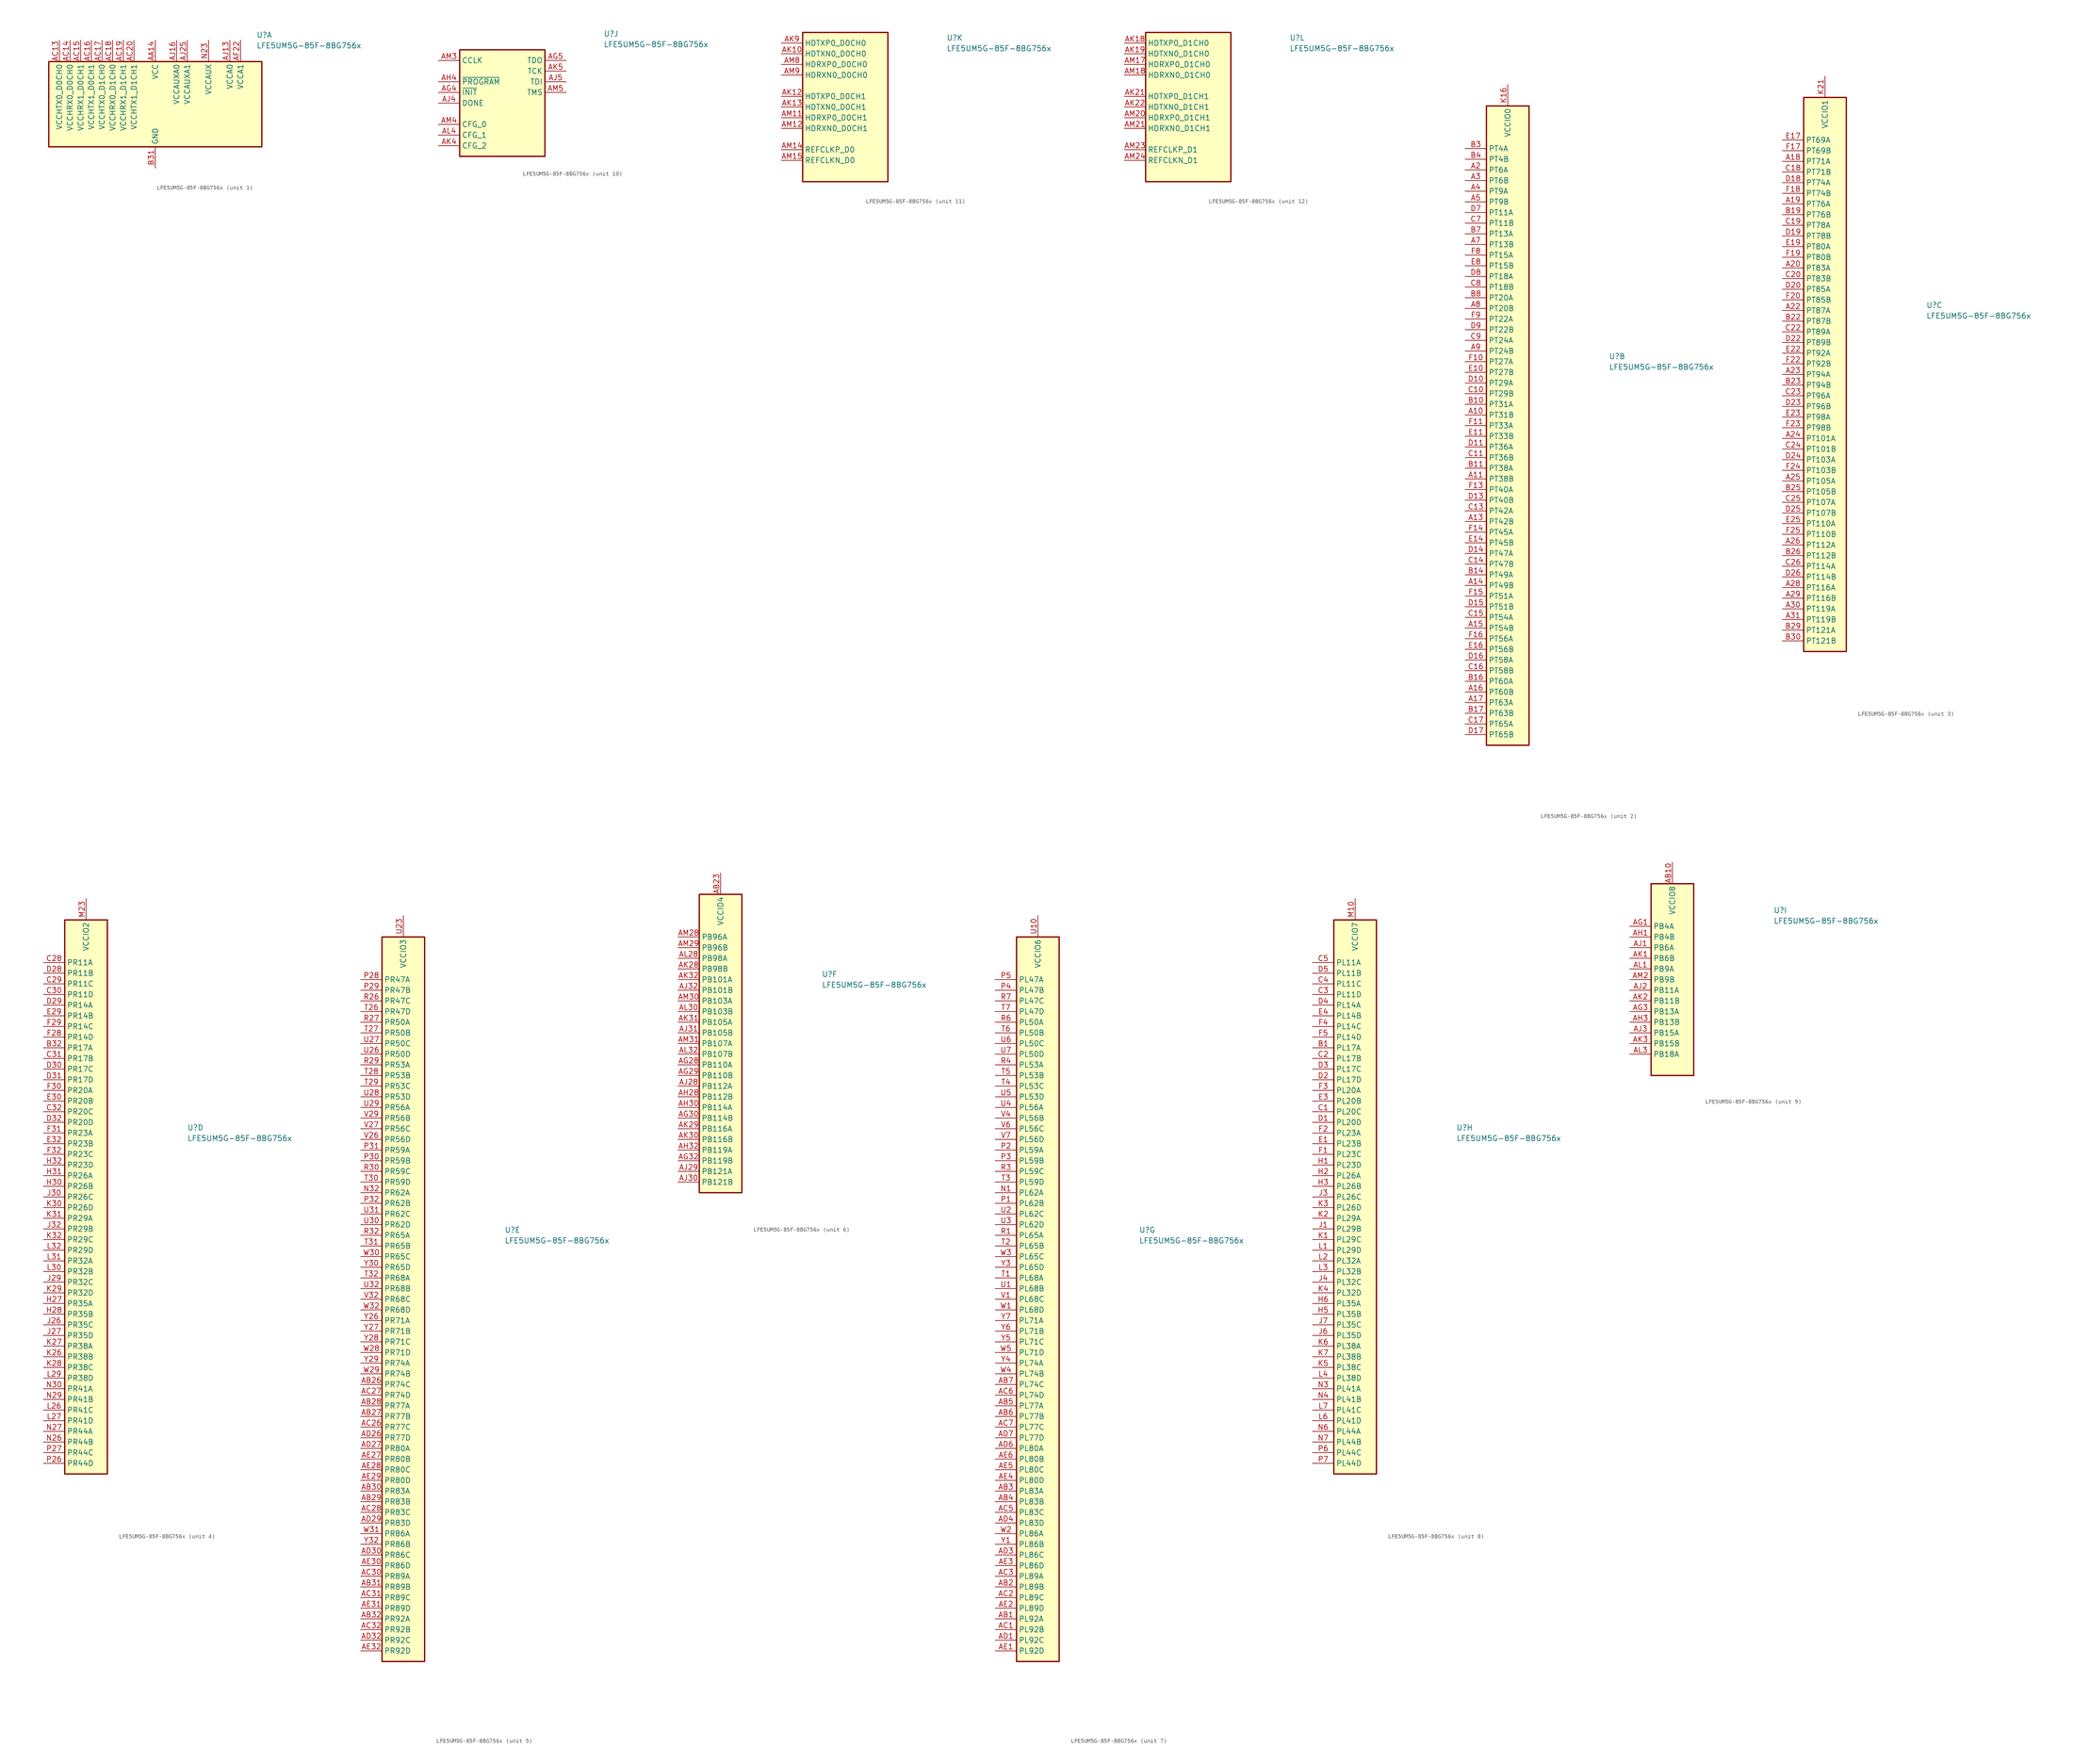
<source format=kicad_sym>
(kicad_symbol_lib
  (version 20211014)
  (generator kicad_symbol_editor)
  (symbol "LFE5UM5G-85F-8BG756x"
    (property "Reference" "U"
      (at 24.13 16.51 0)
      (effects (font (size 1.27 1.27)) (justify left)))
    (property "Value" "LFE5UM5G-85F-8BG756x"
      (at 24.13 13.97 0)
      (effects (font (size 1.27 1.27)) (justify left)))
    (property "ki_locked" ""
      (at 0 0 0)
      (effects (font (size 1.27 1.27))))
    (symbol "LFE5UM5G-85F-8BG756x_1_1"
      (rectangle (start -25.4 10.16) (end 25.4 -10.16) (stroke (width 0.305) (type default) (color 0 0 0 0)) (fill (type background)))
      (pin passive line (at 0 -15.24 90) (length 5.08) hide (name "GND" (effects (font (size 1.27 1.27)))) (number "AA11" (effects (font (size 1.27 1.27)))))
      (pin passive line (at 0 15.24 270) (length 5.08) hide (name "VCC" (effects (font (size 1.27 1.27)))) (number "AA12" (effects (font (size 1.27 1.27)))))
      (pin passive line (at 0 15.24 270) (length 5.08) hide (name "VCC" (effects (font (size 1.27 1.27)))) (number "AA13" (effects (font (size 1.27 1.27)))))
      (pin power_in line (at 0 15.24 270) (length 5.08) (name "VCC" (effects (font (size 1.27 1.27)))) (number "AA14" (effects (font (size 1.27 1.27)))))
      (pin passive line (at 0 15.24 270) (length 5.08) hide (name "VCC" (effects (font (size 1.27 1.27)))) (number "AA15" (effects (font (size 1.27 1.27)))))
      (pin passive line (at 0 15.24 270) (length 5.08) hide (name "VCC" (effects (font (size 1.27 1.27)))) (number "AA16" (effects (font (size 1.27 1.27)))))
      (pin passive line (at 0 15.24 270) (length 5.08) hide (name "VCC" (effects (font (size 1.27 1.27)))) (number "AA17" (effects (font (size 1.27 1.27)))))
      (pin passive line (at 0 15.24 270) (length 5.08) hide (name "VCC" (effects (font (size 1.27 1.27)))) (number "AA18" (effects (font (size 1.27 1.27)))))
      (pin passive line (at 0 15.24 270) (length 5.08) hide (name "VCC" (effects (font (size 1.27 1.27)))) (number "AA19" (effects (font (size 1.27 1.27)))))
      (pin passive line (at 0 15.24 270) (length 5.08) hide (name "VCC" (effects (font (size 1.27 1.27)))) (number "AA20" (effects (font (size 1.27 1.27)))))
      (pin passive line (at 0 15.24 270) (length 5.08) hide (name "VCC" (effects (font (size 1.27 1.27)))) (number "AA21" (effects (font (size 1.27 1.27)))))
      (pin passive line (at 0 -15.24 90) (length 5.08) hide (name "GND" (effects (font (size 1.27 1.27)))) (number "AA22" (effects (font (size 1.27 1.27)))))
      (pin passive line (at 0 -15.24 90) (length 5.08) hide (name "GND" (effects (font (size 1.27 1.27)))) (number "AB11" (effects (font (size 1.27 1.27)))))
      (pin passive line (at 0 -15.24 90) (length 5.08) hide (name "GND" (effects (font (size 1.27 1.27)))) (number "AB12" (effects (font (size 1.27 1.27)))))
      (pin passive line (at 0 -15.24 90) (length 5.08) hide (name "GND" (effects (font (size 1.27 1.27)))) (number "AB13" (effects (font (size 1.27 1.27)))))
      (pin passive line (at 0 -15.24 90) (length 5.08) hide (name "GND" (effects (font (size 1.27 1.27)))) (number "AB14" (effects (font (size 1.27 1.27)))))
      (pin passive line (at 0 -15.24 90) (length 5.08) hide (name "GND" (effects (font (size 1.27 1.27)))) (number "AB15" (effects (font (size 1.27 1.27)))))
      (pin passive line (at 0 -15.24 90) (length 5.08) hide (name "GND" (effects (font (size 1.27 1.27)))) (number "AB16" (effects (font (size 1.27 1.27)))))
      (pin passive line (at 0 -15.24 90) (length 5.08) hide (name "GND" (effects (font (size 1.27 1.27)))) (number "AB17" (effects (font (size 1.27 1.27)))))
      (pin passive line (at 0 -15.24 90) (length 5.08) hide (name "GND" (effects (font (size 1.27 1.27)))) (number "AB18" (effects (font (size 1.27 1.27)))))
      (pin passive line (at 0 -15.24 90) (length 5.08) hide (name "GND" (effects (font (size 1.27 1.27)))) (number "AB19" (effects (font (size 1.27 1.27)))))
      (pin passive line (at 0 -15.24 90) (length 5.08) hide (name "GND" (effects (font (size 1.27 1.27)))) (number "AB20" (effects (font (size 1.27 1.27)))))
      (pin passive line (at 0 -15.24 90) (length 5.08) hide (name "GND" (effects (font (size 1.27 1.27)))) (number "AB21" (effects (font (size 1.27 1.27)))))
      (pin passive line (at 0 -15.24 90) (length 5.08) hide (name "GND" (effects (font (size 1.27 1.27)))) (number "AB22" (effects (font (size 1.27 1.27)))))
      (pin passive line (at 12.7 15.24 270) (length 5.08) hide (name "VCCAUX" (effects (font (size 1.27 1.27)))) (number "AC11" (effects (font (size 1.27 1.27)))))
      (pin passive line (at 0 -15.24 90) (length 5.08) hide (name "GND" (effects (font (size 1.27 1.27)))) (number "AC12" (effects (font (size 1.27 1.27)))))
      (pin power_in line (at -22.86 15.24 270) (length 5.08) (name "VCCHTX0_D0CH0" (effects (font (size 1.27 1.27)))) (number "AC13" (effects (font (size 1.27 1.27)))))
      (pin power_in line (at -20.32 15.24 270) (length 5.08) (name "VCCHRX0_D0CH0" (effects (font (size 1.27 1.27)))) (number "AC14" (effects (font (size 1.27 1.27)))))
      (pin power_in line (at -17.78 15.24 270) (length 5.08) (name "VCCHRX1_D0CH1" (effects (font (size 1.27 1.27)))) (number "AC15" (effects (font (size 1.27 1.27)))))
      (pin power_in line (at -15.24 15.24 270) (length 5.08) (name "VCCHTX1_D0CH1" (effects (font (size 1.27 1.27)))) (number "AC16" (effects (font (size 1.27 1.27)))))
      (pin power_in line (at -12.7 15.24 270) (length 5.08) (name "VCCHTX0_D1CH0" (effects (font (size 1.27 1.27)))) (number "AC17" (effects (font (size 1.27 1.27)))))
      (pin power_in line (at -10.16 15.24 270) (length 5.08) (name "VCCHRX0_D1CH0" (effects (font (size 1.27 1.27)))) (number "AC18" (effects (font (size 1.27 1.27)))))
      (pin power_in line (at -7.62 15.24 270) (length 5.08) (name "VCCHRX1_D1CH1" (effects (font (size 1.27 1.27)))) (number "AC19" (effects (font (size 1.27 1.27)))))
      (pin power_in line (at -5.08 15.24 270) (length 5.08) (name "VCCHTX1_D1CH1" (effects (font (size 1.27 1.27)))) (number "AC20" (effects (font (size 1.27 1.27)))))
      (pin passive line (at 0 -15.24 90) (length 5.08) hide (name "GND" (effects (font (size 1.27 1.27)))) (number "AC21" (effects (font (size 1.27 1.27)))))
      (pin passive line (at 12.7 15.24 270) (length 5.08) hide (name "VCCAUX" (effects (font (size 1.27 1.27)))) (number "AC22" (effects (font (size 1.27 1.27)))))
      (pin no_connect line (at 5.08 -10.16 90) (length 5.08) hide (name "NC" (effects (font (size 1.27 1.27)))) (number "AC29" (effects (font (size 1.27 1.27)))))
      (pin passive line (at 0 -15.24 90) (length 5.08) hide (name "GND" (effects (font (size 1.27 1.27)))) (number "AD2" (effects (font (size 1.27 1.27)))))
      (pin passive line (at 0 -15.24 90) (length 5.08) hide (name "GND" (effects (font (size 1.27 1.27)))) (number "AD28" (effects (font (size 1.27 1.27)))))
      (pin passive line (at 0 -15.24 90) (length 5.08) hide (name "GND" (effects (font (size 1.27 1.27)))) (number "AD31" (effects (font (size 1.27 1.27)))))
      (pin passive line (at 0 -15.24 90) (length 5.08) hide (name "GND" (effects (font (size 1.27 1.27)))) (number "AD5" (effects (font (size 1.27 1.27)))))
      (pin no_connect line (at 22.86 -10.16 90) (length 5.08) hide (name "NC" (effects (font (size 1.27 1.27)))) (number "AE26" (effects (font (size 1.27 1.27)))))
      (pin no_connect line (at 22.86 10.16 270) (length 5.08) hide (name "NC" (effects (font (size 1.27 1.27)))) (number "AE7" (effects (font (size 1.27 1.27)))))
      (pin passive line (at 0 -15.24 90) (length 5.08) hide (name "GND" (effects (font (size 1.27 1.27)))) (number "AF11" (effects (font (size 1.27 1.27)))))
      (pin passive line (at 0 -15.24 90) (length 5.08) hide (name "GND" (effects (font (size 1.27 1.27)))) (number "AF12" (effects (font (size 1.27 1.27)))))
      (pin passive line (at 0 -15.24 90) (length 5.08) hide (name "GND" (effects (font (size 1.27 1.27)))) (number "AF14" (effects (font (size 1.27 1.27)))))
      (pin passive line (at 0 -15.24 90) (length 5.08) hide (name "GND" (effects (font (size 1.27 1.27)))) (number "AF15" (effects (font (size 1.27 1.27)))))
      (pin passive line (at 0 -15.24 90) (length 5.08) hide (name "GND" (effects (font (size 1.27 1.27)))) (number "AF16" (effects (font (size 1.27 1.27)))))
      (pin passive line (at 0 -15.24 90) (length 5.08) hide (name "GND" (effects (font (size 1.27 1.27)))) (number "AF17" (effects (font (size 1.27 1.27)))))
      (pin passive line (at 0 -15.24 90) (length 5.08) hide (name "GND" (effects (font (size 1.27 1.27)))) (number "AF19" (effects (font (size 1.27 1.27)))))
      (pin passive line (at 0 -15.24 90) (length 5.08) hide (name "GND" (effects (font (size 1.27 1.27)))) (number "AF20" (effects (font (size 1.27 1.27)))))
      (pin power_in line (at 20.32 15.24 270) (length 5.08) (name "VCCA1" (effects (font (size 1.27 1.27)))) (number "AF22" (effects (font (size 1.27 1.27)))))
      (pin passive line (at 0 -15.24 90) (length 5.08) hide (name "GND" (effects (font (size 1.27 1.27)))) (number "AF23" (effects (font (size 1.27 1.27)))))
      (pin passive line (at 0 -15.24 90) (length 5.08) hide (name "GND" (effects (font (size 1.27 1.27)))) (number "AG11" (effects (font (size 1.27 1.27)))))
      (pin passive line (at 17.78 15.24 270) (length 5.08) hide (name "VCCA0" (effects (font (size 1.27 1.27)))) (number "AG12" (effects (font (size 1.27 1.27)))))
      (pin passive line (at 0 -15.24 90) (length 5.08) hide (name "GND" (effects (font (size 1.27 1.27)))) (number "AG14" (effects (font (size 1.27 1.27)))))
      (pin passive line (at 0 -15.24 90) (length 5.08) hide (name "GND" (effects (font (size 1.27 1.27)))) (number "AG15" (effects (font (size 1.27 1.27)))))
      (pin passive line (at 0 -15.24 90) (length 5.08) hide (name "GND" (effects (font (size 1.27 1.27)))) (number "AG16" (effects (font (size 1.27 1.27)))))
      (pin passive line (at 0 -15.24 90) (length 5.08) hide (name "GND" (effects (font (size 1.27 1.27)))) (number "AG17" (effects (font (size 1.27 1.27)))))
      (pin passive line (at 20.32 15.24 270) (length 5.08) hide (name "VCCA1" (effects (font (size 1.27 1.27)))) (number "AG19" (effects (font (size 1.27 1.27)))))
      (pin passive line (at 0 -15.24 90) (length 5.08) hide (name "GND" (effects (font (size 1.27 1.27)))) (number "AG20" (effects (font (size 1.27 1.27)))))
      (pin passive line (at 20.32 15.24 270) (length 5.08) hide (name "VCCA1" (effects (font (size 1.27 1.27)))) (number "AG22" (effects (font (size 1.27 1.27)))))
      (pin passive line (at 0 -15.24 90) (length 5.08) hide (name "GND" (effects (font (size 1.27 1.27)))) (number "AG23" (effects (font (size 1.27 1.27)))))
      (pin no_connect line (at -17.78 -10.16 90) (length 5.08) hide (name "NC" (effects (font (size 1.27 1.27)))) (number "AG24" (effects (font (size 1.27 1.27)))))
      (pin no_connect line (at 17.78 -10.16 90) (length 5.08) hide (name "NC" (effects (font (size 1.27 1.27)))) (number "AG31" (effects (font (size 1.27 1.27)))))
      (pin passive line (at 17.78 15.24 270) (length 5.08) hide (name "VCCA0" (effects (font (size 1.27 1.27)))) (number "AG9" (effects (font (size 1.27 1.27)))))
      (pin passive line (at 0 -15.24 90) (length 5.08) hide (name "GND" (effects (font (size 1.27 1.27)))) (number "AH11" (effects (font (size 1.27 1.27)))))
      (pin passive line (at 17.78 15.24 270) (length 5.08) hide (name "VCCA0" (effects (font (size 1.27 1.27)))) (number "AH12" (effects (font (size 1.27 1.27)))))
      (pin passive line (at 0 -15.24 90) (length 5.08) hide (name "GND" (effects (font (size 1.27 1.27)))) (number "AH14" (effects (font (size 1.27 1.27)))))
      (pin passive line (at 0 -15.24 90) (length 5.08) hide (name "GND" (effects (font (size 1.27 1.27)))) (number "AH15" (effects (font (size 1.27 1.27)))))
      (pin passive line (at 0 -15.24 90) (length 5.08) hide (name "GND" (effects (font (size 1.27 1.27)))) (number "AH16" (effects (font (size 1.27 1.27)))))
      (pin passive line (at 0 -15.24 90) (length 5.08) hide (name "GND" (effects (font (size 1.27 1.27)))) (number "AH17" (effects (font (size 1.27 1.27)))))
      (pin passive line (at 20.32 15.24 270) (length 5.08) hide (name "VCCA1" (effects (font (size 1.27 1.27)))) (number "AH19" (effects (font (size 1.27 1.27)))))
      (pin passive line (at 0 -15.24 90) (length 5.08) hide (name "GND" (effects (font (size 1.27 1.27)))) (number "AH2" (effects (font (size 1.27 1.27)))))
      (pin passive line (at 0 -15.24 90) (length 5.08) hide (name "GND" (effects (font (size 1.27 1.27)))) (number "AH20" (effects (font (size 1.27 1.27)))))
      (pin passive line (at 20.32 15.24 270) (length 5.08) hide (name "VCCA1" (effects (font (size 1.27 1.27)))) (number "AH22" (effects (font (size 1.27 1.27)))))
      (pin passive line (at 0 -15.24 90) (length 5.08) hide (name "GND" (effects (font (size 1.27 1.27)))) (number "AH23" (effects (font (size 1.27 1.27)))))
      (pin passive line (at 0 -15.24 90) (length 5.08) hide (name "GND" (effects (font (size 1.27 1.27)))) (number "AH24" (effects (font (size 1.27 1.27)))))
      (pin passive line (at 0 -15.24 90) (length 5.08) hide (name "GND" (effects (font (size 1.27 1.27)))) (number "AH25" (effects (font (size 1.27 1.27)))))
      (pin passive line (at 0 -15.24 90) (length 5.08) hide (name "GND" (effects (font (size 1.27 1.27)))) (number "AH26" (effects (font (size 1.27 1.27)))))
      (pin passive line (at 0 -15.24 90) (length 5.08) hide (name "GND" (effects (font (size 1.27 1.27)))) (number "AH29" (effects (font (size 1.27 1.27)))))
      (pin passive line (at 0 -15.24 90) (length 5.08) hide (name "GND" (effects (font (size 1.27 1.27)))) (number "AH31" (effects (font (size 1.27 1.27)))))
      (pin passive line (at 0 -15.24 90) (length 5.08) hide (name "GND" (effects (font (size 1.27 1.27)))) (number "AH5" (effects (font (size 1.27 1.27)))))
      (pin passive line (at 0 -15.24 90) (length 5.08) hide (name "GND" (effects (font (size 1.27 1.27)))) (number "AH7" (effects (font (size 1.27 1.27)))))
      (pin passive line (at 0 -15.24 90) (length 5.08) hide (name "GND" (effects (font (size 1.27 1.27)))) (number "AH8" (effects (font (size 1.27 1.27)))))
      (pin passive line (at 17.78 15.24 270) (length 5.08) hide (name "VCCA0" (effects (font (size 1.27 1.27)))) (number "AH9" (effects (font (size 1.27 1.27)))))
      (pin passive line (at 17.78 15.24 270) (length 5.08) hide (name "VCCA0" (effects (font (size 1.27 1.27)))) (number "AJ10" (effects (font (size 1.27 1.27)))))
      (pin passive line (at 0 -15.24 90) (length 5.08) hide (name "GND" (effects (font (size 1.27 1.27)))) (number "AJ11" (effects (font (size 1.27 1.27)))))
      (pin passive line (at 17.78 15.24 270) (length 5.08) hide (name "VCCA0" (effects (font (size 1.27 1.27)))) (number "AJ12" (effects (font (size 1.27 1.27)))))
      (pin power_in line (at 17.78 15.24 270) (length 5.08) (name "VCCA0" (effects (font (size 1.27 1.27)))) (number "AJ13" (effects (font (size 1.27 1.27)))))
      (pin passive line (at 0 -15.24 90) (length 5.08) hide (name "GND" (effects (font (size 1.27 1.27)))) (number "AJ14" (effects (font (size 1.27 1.27)))))
      (pin passive line (at 5.08 15.24 270) (length 5.08) hide (name "VCCAUXA0" (effects (font (size 1.27 1.27)))) (number "AJ15" (effects (font (size 1.27 1.27)))))
      (pin power_in line (at 5.08 15.24 270) (length 5.08) (name "VCCAUXA0" (effects (font (size 1.27 1.27)))) (number "AJ16" (effects (font (size 1.27 1.27)))))
      (pin passive line (at 0 -15.24 90) (length 5.08) hide (name "GND" (effects (font (size 1.27 1.27)))) (number "AJ17" (effects (font (size 1.27 1.27)))))
      (pin passive line (at 20.32 15.24 270) (length 5.08) hide (name "VCCA1" (effects (font (size 1.27 1.27)))) (number "AJ18" (effects (font (size 1.27 1.27)))))
      (pin passive line (at 20.32 15.24 270) (length 5.08) hide (name "VCCA1" (effects (font (size 1.27 1.27)))) (number "AJ19" (effects (font (size 1.27 1.27)))))
      (pin passive line (at 0 -15.24 90) (length 5.08) hide (name "GND" (effects (font (size 1.27 1.27)))) (number "AJ20" (effects (font (size 1.27 1.27)))))
      (pin passive line (at 20.32 15.24 270) (length 5.08) hide (name "VCCA1" (effects (font (size 1.27 1.27)))) (number "AJ21" (effects (font (size 1.27 1.27)))))
      (pin passive line (at 20.32 15.24 270) (length 5.08) hide (name "VCCA1" (effects (font (size 1.27 1.27)))) (number "AJ22" (effects (font (size 1.27 1.27)))))
      (pin passive line (at 0 -15.24 90) (length 5.08) hide (name "GND" (effects (font (size 1.27 1.27)))) (number "AJ23" (effects (font (size 1.27 1.27)))))
      (pin passive line (at 7.62 15.24 270) (length 5.08) hide (name "VCCAUXA1" (effects (font (size 1.27 1.27)))) (number "AJ24" (effects (font (size 1.27 1.27)))))
      (pin power_in line (at 7.62 15.24 270) (length 5.08) (name "VCCAUXA1" (effects (font (size 1.27 1.27)))) (number "AJ25" (effects (font (size 1.27 1.27)))))
      (pin passive line (at 0 -15.24 90) (length 5.08) hide (name "GND" (effects (font (size 1.27 1.27)))) (number "AJ26" (effects (font (size 1.27 1.27)))))
      (pin passive line (at 0 -15.24 90) (length 5.08) hide (name "GND" (effects (font (size 1.27 1.27)))) (number "AJ7" (effects (font (size 1.27 1.27)))))
      (pin passive line (at 0 -15.24 90) (length 5.08) hide (name "GND" (effects (font (size 1.27 1.27)))) (number "AJ8" (effects (font (size 1.27 1.27)))))
      (pin passive line (at 17.78 15.24 270) (length 5.08) hide (name "VCCA0" (effects (font (size 1.27 1.27)))) (number "AJ9" (effects (font (size 1.27 1.27)))))
      (pin passive line (at 0 -15.24 90) (length 5.08) hide (name "GND" (effects (font (size 1.27 1.27)))) (number "AK11" (effects (font (size 1.27 1.27)))))
      (pin passive line (at 0 -15.24 90) (length 5.08) hide (name "GND" (effects (font (size 1.27 1.27)))) (number "AK14" (effects (font (size 1.27 1.27)))))
      (pin passive line (at 0 -15.24 90) (length 5.08) hide (name "GND" (effects (font (size 1.27 1.27)))) (number "AK17" (effects (font (size 1.27 1.27)))))
      (pin passive line (at 0 -15.24 90) (length 5.08) hide (name "GND" (effects (font (size 1.27 1.27)))) (number "AK20" (effects (font (size 1.27 1.27)))))
      (pin passive line (at 0 -15.24 90) (length 5.08) hide (name "GND" (effects (font (size 1.27 1.27)))) (number "AK23" (effects (font (size 1.27 1.27)))))
      (pin passive line (at 0 -15.24 90) (length 5.08) hide (name "GND" (effects (font (size 1.27 1.27)))) (number "AK26" (effects (font (size 1.27 1.27)))))
      (pin passive line (at 0 -15.24 90) (length 5.08) hide (name "GND" (effects (font (size 1.27 1.27)))) (number "AK7" (effects (font (size 1.27 1.27)))))
      (pin passive line (at 0 -15.24 90) (length 5.08) hide (name "GND" (effects (font (size 1.27 1.27)))) (number "AK8" (effects (font (size 1.27 1.27)))))
      (pin passive line (at 0 -15.24 90) (length 5.08) hide (name "GND" (effects (font (size 1.27 1.27)))) (number "AL11" (effects (font (size 1.27 1.27)))))
      (pin passive line (at 0 -15.24 90) (length 5.08) hide (name "GND" (effects (font (size 1.27 1.27)))) (number "AL12" (effects (font (size 1.27 1.27)))))
      (pin passive line (at 0 -15.24 90) (length 5.08) hide (name "GND" (effects (font (size 1.27 1.27)))) (number "AL14" (effects (font (size 1.27 1.27)))))
      (pin passive line (at 0 -15.24 90) (length 5.08) hide (name "GND" (effects (font (size 1.27 1.27)))) (number "AL15" (effects (font (size 1.27 1.27)))))
      (pin passive line (at 0 -15.24 90) (length 5.08) hide (name "GND" (effects (font (size 1.27 1.27)))) (number "AL17" (effects (font (size 1.27 1.27)))))
      (pin passive line (at 0 -15.24 90) (length 5.08) hide (name "GND" (effects (font (size 1.27 1.27)))) (number "AL18" (effects (font (size 1.27 1.27)))))
      (pin passive line (at 0 -15.24 90) (length 5.08) hide (name "GND" (effects (font (size 1.27 1.27)))) (number "AL2" (effects (font (size 1.27 1.27)))))
      (pin passive line (at 0 -15.24 90) (length 5.08) hide (name "GND" (effects (font (size 1.27 1.27)))) (number "AL20" (effects (font (size 1.27 1.27)))))
      (pin passive line (at 0 -15.24 90) (length 5.08) hide (name "GND" (effects (font (size 1.27 1.27)))) (number "AL21" (effects (font (size 1.27 1.27)))))
      (pin passive line (at 0 -15.24 90) (length 5.08) hide (name "GND" (effects (font (size 1.27 1.27)))) (number "AL23" (effects (font (size 1.27 1.27)))))
      (pin passive line (at 0 -15.24 90) (length 5.08) hide (name "GND" (effects (font (size 1.27 1.27)))) (number "AL24" (effects (font (size 1.27 1.27)))))
      (pin passive line (at 0 -15.24 90) (length 5.08) hide (name "GND" (effects (font (size 1.27 1.27)))) (number "AL26" (effects (font (size 1.27 1.27)))))
      (pin passive line (at 0 -15.24 90) (length 5.08) hide (name "GND" (effects (font (size 1.27 1.27)))) (number "AL29" (effects (font (size 1.27 1.27)))))
      (pin passive line (at 0 -15.24 90) (length 5.08) hide (name "GND" (effects (font (size 1.27 1.27)))) (number "AL31" (effects (font (size 1.27 1.27)))))
      (pin passive line (at 0 -15.24 90) (length 5.08) hide (name "GND" (effects (font (size 1.27 1.27)))) (number "AL5" (effects (font (size 1.27 1.27)))))
      (pin passive line (at 0 -15.24 90) (length 5.08) hide (name "GND" (effects (font (size 1.27 1.27)))) (number "AL7" (effects (font (size 1.27 1.27)))))
      (pin passive line (at 0 -15.24 90) (length 5.08) hide (name "GND" (effects (font (size 1.27 1.27)))) (number "AL8" (effects (font (size 1.27 1.27)))))
      (pin passive line (at 0 -15.24 90) (length 5.08) hide (name "GND" (effects (font (size 1.27 1.27)))) (number "AL9" (effects (font (size 1.27 1.27)))))
      (pin passive line (at 0 -15.24 90) (length 5.08) hide (name "GND" (effects (font (size 1.27 1.27)))) (number "AM26" (effects (font (size 1.27 1.27)))))
      (pin passive line (at 0 -15.24 90) (length 5.08) hide (name "GND" (effects (font (size 1.27 1.27)))) (number "AM7" (effects (font (size 1.27 1.27)))))
      (pin passive line (at 0 -15.24 90) (length 5.08) hide (name "GND" (effects (font (size 1.27 1.27)))) (number "B13" (effects (font (size 1.27 1.27)))))
      (pin passive line (at 0 -15.24 90) (length 5.08) hide (name "GND" (effects (font (size 1.27 1.27)))) (number "B15" (effects (font (size 1.27 1.27)))))
      (pin passive line (at 0 -15.24 90) (length 5.08) hide (name "GND" (effects (font (size 1.27 1.27)))) (number "B18" (effects (font (size 1.27 1.27)))))
      (pin passive line (at 0 -15.24 90) (length 5.08) hide (name "GND" (effects (font (size 1.27 1.27)))) (number "B2" (effects (font (size 1.27 1.27)))))
      (pin passive line (at 0 -15.24 90) (length 5.08) hide (name "GND" (effects (font (size 1.27 1.27)))) (number "B20" (effects (font (size 1.27 1.27)))))
      (pin passive line (at 0 -15.24 90) (length 5.08) hide (name "GND" (effects (font (size 1.27 1.27)))) (number "B24" (effects (font (size 1.27 1.27)))))
      (pin passive line (at 0 -15.24 90) (length 5.08) hide (name "GND" (effects (font (size 1.27 1.27)))) (number "B28" (effects (font (size 1.27 1.27)))))
      (pin power_in line (at 0 -15.24 90) (length 5.08) (name "GND" (effects (font (size 1.27 1.27)))) (number "B31" (effects (font (size 1.27 1.27)))))
      (pin passive line (at 0 -15.24 90) (length 5.08) hide (name "GND" (effects (font (size 1.27 1.27)))) (number "B5" (effects (font (size 1.27 1.27)))))
      (pin passive line (at 0 -15.24 90) (length 5.08) hide (name "GND" (effects (font (size 1.27 1.27)))) (number "B9" (effects (font (size 1.27 1.27)))))
      (pin passive line (at 0 -15.24 90) (length 5.08) hide (name "GND" (effects (font (size 1.27 1.27)))) (number "E13" (effects (font (size 1.27 1.27)))))
      (pin passive line (at 0 -15.24 90) (length 5.08) hide (name "GND" (effects (font (size 1.27 1.27)))) (number "E15" (effects (font (size 1.27 1.27)))))
      (pin passive line (at 0 -15.24 90) (length 5.08) hide (name "GND" (effects (font (size 1.27 1.27)))) (number "E18" (effects (font (size 1.27 1.27)))))
      (pin passive line (at 0 -15.24 90) (length 5.08) hide (name "GND" (effects (font (size 1.27 1.27)))) (number "E2" (effects (font (size 1.27 1.27)))))
      (pin passive line (at 0 -15.24 90) (length 5.08) hide (name "GND" (effects (font (size 1.27 1.27)))) (number "E20" (effects (font (size 1.27 1.27)))))
      (pin passive line (at 0 -15.24 90) (length 5.08) hide (name "GND" (effects (font (size 1.27 1.27)))) (number "E24" (effects (font (size 1.27 1.27)))))
      (pin no_connect line (at 15.24 10.16 270) (length 5.08) hide (name "NC" (effects (font (size 1.27 1.27)))) (number "E26" (effects (font (size 1.27 1.27)))))
      (pin passive line (at 0 -15.24 90) (length 5.08) hide (name "GND" (effects (font (size 1.27 1.27)))) (number "E28" (effects (font (size 1.27 1.27)))))
      (pin passive line (at 0 -15.24 90) (length 5.08) hide (name "GND" (effects (font (size 1.27 1.27)))) (number "E31" (effects (font (size 1.27 1.27)))))
      (pin passive line (at 0 -15.24 90) (length 5.08) hide (name "GND" (effects (font (size 1.27 1.27)))) (number "E5" (effects (font (size 1.27 1.27)))))
      (pin no_connect line (at 2.54 10.16 270) (length 5.08) hide (name "NC" (effects (font (size 1.27 1.27)))) (number "E7" (effects (font (size 1.27 1.27)))))
      (pin passive line (at 0 -15.24 90) (length 5.08) hide (name "GND" (effects (font (size 1.27 1.27)))) (number "E9" (effects (font (size 1.27 1.27)))))
      (pin no_connect line (at 20.32 -10.16 90) (length 5.08) hide (name "NC" (effects (font (size 1.27 1.27)))) (number "G10" (effects (font (size 1.27 1.27)))))
      (pin no_connect line (at 2.54 -10.16 90) (length 5.08) hide (name "NC" (effects (font (size 1.27 1.27)))) (number "G11" (effects (font (size 1.27 1.27)))))
      (pin no_connect line (at -20.32 -10.16 90) (length 5.08) hide (name "NC" (effects (font (size 1.27 1.27)))) (number "G14" (effects (font (size 1.27 1.27)))))
      (pin no_connect line (at -22.86 -10.16 90) (length 5.08) hide (name "NC" (effects (font (size 1.27 1.27)))) (number "G15" (effects (font (size 1.27 1.27)))))
      (pin no_connect line (at -2.54 -10.16 90) (length 5.08) hide (name "NC" (effects (font (size 1.27 1.27)))) (number "G16" (effects (font (size 1.27 1.27)))))
      (pin no_connect line (at -5.08 -10.16 90) (length 5.08) hide (name "NC" (effects (font (size 1.27 1.27)))) (number "G17" (effects (font (size 1.27 1.27)))))
      (pin no_connect line (at -7.62 -10.16 90) (length 5.08) hide (name "NC" (effects (font (size 1.27 1.27)))) (number "G18" (effects (font (size 1.27 1.27)))))
      (pin no_connect line (at -10.16 -10.16 90) (length 5.08) hide (name "NC" (effects (font (size 1.27 1.27)))) (number "G19" (effects (font (size 1.27 1.27)))))
      (pin no_connect line (at -12.7 -10.16 90) (length 5.08) hide (name "NC" (effects (font (size 1.27 1.27)))) (number "G22" (effects (font (size 1.27 1.27)))))
      (pin no_connect line (at -15.24 -10.16 90) (length 5.08) hide (name "NC" (effects (font (size 1.27 1.27)))) (number "G23" (effects (font (size 1.27 1.27)))))
      (pin no_connect line (at 10.16 10.16 270) (length 5.08) hide (name "NC" (effects (font (size 1.27 1.27)))) (number "G24" (effects (font (size 1.27 1.27)))))
      (pin no_connect line (at -2.54 10.16 270) (length 5.08) hide (name "NC" (effects (font (size 1.27 1.27)))) (number "G9" (effects (font (size 1.27 1.27)))))
      (pin no_connect line (at 12.7 -10.16 90) (length 5.08) hide (name "NC" (effects (font (size 1.27 1.27)))) (number "H29" (effects (font (size 1.27 1.27)))))
      (pin passive line (at 0 -15.24 90) (length 5.08) hide (name "GND" (effects (font (size 1.27 1.27)))) (number "J2" (effects (font (size 1.27 1.27)))))
      (pin passive line (at 0 -15.24 90) (length 5.08) hide (name "GND" (effects (font (size 1.27 1.27)))) (number "J28" (effects (font (size 1.27 1.27)))))
      (pin passive line (at 0 -15.24 90) (length 5.08) hide (name "GND" (effects (font (size 1.27 1.27)))) (number "J31" (effects (font (size 1.27 1.27)))))
      (pin passive line (at 0 -15.24 90) (length 5.08) hide (name "GND" (effects (font (size 1.27 1.27)))) (number "J5" (effects (font (size 1.27 1.27)))))
      (pin passive line (at 0 -15.24 90) (length 5.08) hide (name "GND" (effects (font (size 1.27 1.27)))) (number "K10" (effects (font (size 1.27 1.27)))))
      (pin passive line (at 0 -15.24 90) (length 5.08) hide (name "GND" (effects (font (size 1.27 1.27)))) (number "K11" (effects (font (size 1.27 1.27)))))
      (pin passive line (at 12.7 15.24 270) (length 5.08) hide (name "VCCAUX" (effects (font (size 1.27 1.27)))) (number "K13" (effects (font (size 1.27 1.27)))))
      (pin passive line (at 12.7 15.24 270) (length 5.08) hide (name "VCCAUX" (effects (font (size 1.27 1.27)))) (number "K20" (effects (font (size 1.27 1.27)))))
      (pin passive line (at 0 -15.24 90) (length 5.08) hide (name "GND" (effects (font (size 1.27 1.27)))) (number "K22" (effects (font (size 1.27 1.27)))))
      (pin passive line (at 0 -15.24 90) (length 5.08) hide (name "GND" (effects (font (size 1.27 1.27)))) (number "K23" (effects (font (size 1.27 1.27)))))
      (pin passive line (at 0 -15.24 90) (length 5.08) hide (name "GND" (effects (font (size 1.27 1.27)))) (number "L10" (effects (font (size 1.27 1.27)))))
      (pin passive line (at 0 -15.24 90) (length 5.08) hide (name "GND" (effects (font (size 1.27 1.27)))) (number "L11" (effects (font (size 1.27 1.27)))))
      (pin passive line (at 0 -15.24 90) (length 5.08) hide (name "GND" (effects (font (size 1.27 1.27)))) (number "L12" (effects (font (size 1.27 1.27)))))
      (pin passive line (at 0 -15.24 90) (length 5.08) hide (name "GND" (effects (font (size 1.27 1.27)))) (number "L13" (effects (font (size 1.27 1.27)))))
      (pin passive line (at 0 -15.24 90) (length 5.08) hide (name "GND" (effects (font (size 1.27 1.27)))) (number "L14" (effects (font (size 1.27 1.27)))))
      (pin passive line (at 0 -15.24 90) (length 5.08) hide (name "GND" (effects (font (size 1.27 1.27)))) (number "L15" (effects (font (size 1.27 1.27)))))
      (pin passive line (at 0 -15.24 90) (length 5.08) hide (name "GND" (effects (font (size 1.27 1.27)))) (number "L16" (effects (font (size 1.27 1.27)))))
      (pin passive line (at 0 -15.24 90) (length 5.08) hide (name "GND" (effects (font (size 1.27 1.27)))) (number "L17" (effects (font (size 1.27 1.27)))))
      (pin passive line (at 0 -15.24 90) (length 5.08) hide (name "GND" (effects (font (size 1.27 1.27)))) (number "L18" (effects (font (size 1.27 1.27)))))
      (pin passive line (at 0 -15.24 90) (length 5.08) hide (name "GND" (effects (font (size 1.27 1.27)))) (number "L19" (effects (font (size 1.27 1.27)))))
      (pin passive line (at 0 -15.24 90) (length 5.08) hide (name "GND" (effects (font (size 1.27 1.27)))) (number "L20" (effects (font (size 1.27 1.27)))))
      (pin passive line (at 0 -15.24 90) (length 5.08) hide (name "GND" (effects (font (size 1.27 1.27)))) (number "L21" (effects (font (size 1.27 1.27)))))
      (pin passive line (at 0 -15.24 90) (length 5.08) hide (name "GND" (effects (font (size 1.27 1.27)))) (number "L22" (effects (font (size 1.27 1.27)))))
      (pin passive line (at 0 -15.24 90) (length 5.08) hide (name "GND" (effects (font (size 1.27 1.27)))) (number "L23" (effects (font (size 1.27 1.27)))))
      (pin no_connect line (at 7.62 -10.16 90) (length 5.08) hide (name "NC" (effects (font (size 1.27 1.27)))) (number "L28" (effects (font (size 1.27 1.27)))))
      (pin passive line (at 0 -15.24 90) (length 5.08) hide (name "GND" (effects (font (size 1.27 1.27)))) (number "M11" (effects (font (size 1.27 1.27)))))
      (pin passive line (at 0 15.24 270) (length 5.08) hide (name "VCC" (effects (font (size 1.27 1.27)))) (number "M12" (effects (font (size 1.27 1.27)))))
      (pin passive line (at 0 15.24 270) (length 5.08) hide (name "VCC" (effects (font (size 1.27 1.27)))) (number "M13" (effects (font (size 1.27 1.27)))))
      (pin passive line (at 0 15.24 270) (length 5.08) hide (name "VCC" (effects (font (size 1.27 1.27)))) (number "M14" (effects (font (size 1.27 1.27)))))
      (pin passive line (at 0 15.24 270) (length 5.08) hide (name "VCC" (effects (font (size 1.27 1.27)))) (number "M15" (effects (font (size 1.27 1.27)))))
      (pin passive line (at 0 15.24 270) (length 5.08) hide (name "VCC" (effects (font (size 1.27 1.27)))) (number "M16" (effects (font (size 1.27 1.27)))))
      (pin passive line (at 0 15.24 270) (length 5.08) hide (name "VCC" (effects (font (size 1.27 1.27)))) (number "M17" (effects (font (size 1.27 1.27)))))
      (pin passive line (at 0 15.24 270) (length 5.08) hide (name "VCC" (effects (font (size 1.27 1.27)))) (number "M18" (effects (font (size 1.27 1.27)))))
      (pin passive line (at 0 15.24 270) (length 5.08) hide (name "VCC" (effects (font (size 1.27 1.27)))) (number "M19" (effects (font (size 1.27 1.27)))))
      (pin passive line (at 0 15.24 270) (length 5.08) hide (name "VCC" (effects (font (size 1.27 1.27)))) (number "M20" (effects (font (size 1.27 1.27)))))
      (pin passive line (at 0 15.24 270) (length 5.08) hide (name "VCC" (effects (font (size 1.27 1.27)))) (number "M21" (effects (font (size 1.27 1.27)))))
      (pin passive line (at 0 -15.24 90) (length 5.08) hide (name "GND" (effects (font (size 1.27 1.27)))) (number "M22" (effects (font (size 1.27 1.27)))))
      (pin passive line (at 12.7 15.24 270) (length 5.08) hide (name "VCCAUX" (effects (font (size 1.27 1.27)))) (number "N10" (effects (font (size 1.27 1.27)))))
      (pin passive line (at 0 -15.24 90) (length 5.08) hide (name "GND" (effects (font (size 1.27 1.27)))) (number "N11" (effects (font (size 1.27 1.27)))))
      (pin passive line (at 0 15.24 270) (length 5.08) hide (name "VCC" (effects (font (size 1.27 1.27)))) (number "N12" (effects (font (size 1.27 1.27)))))
      (pin passive line (at 0 -15.24 90) (length 5.08) hide (name "GND" (effects (font (size 1.27 1.27)))) (number "N13" (effects (font (size 1.27 1.27)))))
      (pin passive line (at 0 -15.24 90) (length 5.08) hide (name "GND" (effects (font (size 1.27 1.27)))) (number "N14" (effects (font (size 1.27 1.27)))))
      (pin passive line (at 0 -15.24 90) (length 5.08) hide (name "GND" (effects (font (size 1.27 1.27)))) (number "N15" (effects (font (size 1.27 1.27)))))
      (pin passive line (at 0 -15.24 90) (length 5.08) hide (name "GND" (effects (font (size 1.27 1.27)))) (number "N16" (effects (font (size 1.27 1.27)))))
      (pin passive line (at 0 -15.24 90) (length 5.08) hide (name "GND" (effects (font (size 1.27 1.27)))) (number "N17" (effects (font (size 1.27 1.27)))))
      (pin passive line (at 0 -15.24 90) (length 5.08) hide (name "GND" (effects (font (size 1.27 1.27)))) (number "N18" (effects (font (size 1.27 1.27)))))
      (pin passive line (at 0 -15.24 90) (length 5.08) hide (name "GND" (effects (font (size 1.27 1.27)))) (number "N19" (effects (font (size 1.27 1.27)))))
      (pin passive line (at 0 -15.24 90) (length 5.08) hide (name "GND" (effects (font (size 1.27 1.27)))) (number "N2" (effects (font (size 1.27 1.27)))))
      (pin passive line (at 0 -15.24 90) (length 5.08) hide (name "GND" (effects (font (size 1.27 1.27)))) (number "N20" (effects (font (size 1.27 1.27)))))
      (pin passive line (at 0 15.24 270) (length 5.08) hide (name "VCC" (effects (font (size 1.27 1.27)))) (number "N21" (effects (font (size 1.27 1.27)))))
      (pin passive line (at 0 -15.24 90) (length 5.08) hide (name "GND" (effects (font (size 1.27 1.27)))) (number "N22" (effects (font (size 1.27 1.27)))))
      (pin power_in line (at 12.7 15.24 270) (length 5.08) (name "VCCAUX" (effects (font (size 1.27 1.27)))) (number "N23" (effects (font (size 1.27 1.27)))))
      (pin passive line (at 0 -15.24 90) (length 5.08) hide (name "GND" (effects (font (size 1.27 1.27)))) (number "N28" (effects (font (size 1.27 1.27)))))
      (pin passive line (at 0 -15.24 90) (length 5.08) hide (name "GND" (effects (font (size 1.27 1.27)))) (number "N31" (effects (font (size 1.27 1.27)))))
      (pin passive line (at 0 -15.24 90) (length 5.08) hide (name "GND" (effects (font (size 1.27 1.27)))) (number "N5" (effects (font (size 1.27 1.27)))))
      (pin passive line (at 0 -15.24 90) (length 5.08) hide (name "GND" (effects (font (size 1.27 1.27)))) (number "P11" (effects (font (size 1.27 1.27)))))
      (pin passive line (at 0 15.24 270) (length 5.08) hide (name "VCC" (effects (font (size 1.27 1.27)))) (number "P12" (effects (font (size 1.27 1.27)))))
      (pin passive line (at 0 -15.24 90) (length 5.08) hide (name "GND" (effects (font (size 1.27 1.27)))) (number "P13" (effects (font (size 1.27 1.27)))))
      (pin passive line (at 0 -15.24 90) (length 5.08) hide (name "GND" (effects (font (size 1.27 1.27)))) (number "P14" (effects (font (size 1.27 1.27)))))
      (pin passive line (at 0 -15.24 90) (length 5.08) hide (name "GND" (effects (font (size 1.27 1.27)))) (number "P15" (effects (font (size 1.27 1.27)))))
      (pin passive line (at 0 -15.24 90) (length 5.08) hide (name "GND" (effects (font (size 1.27 1.27)))) (number "P16" (effects (font (size 1.27 1.27)))))
      (pin passive line (at 0 -15.24 90) (length 5.08) hide (name "GND" (effects (font (size 1.27 1.27)))) (number "P17" (effects (font (size 1.27 1.27)))))
      (pin passive line (at 0 -15.24 90) (length 5.08) hide (name "GND" (effects (font (size 1.27 1.27)))) (number "P18" (effects (font (size 1.27 1.27)))))
      (pin passive line (at 0 -15.24 90) (length 5.08) hide (name "GND" (effects (font (size 1.27 1.27)))) (number "P19" (effects (font (size 1.27 1.27)))))
      (pin passive line (at 0 -15.24 90) (length 5.08) hide (name "GND" (effects (font (size 1.27 1.27)))) (number "P20" (effects (font (size 1.27 1.27)))))
      (pin passive line (at 0 15.24 270) (length 5.08) hide (name "VCC" (effects (font (size 1.27 1.27)))) (number "P21" (effects (font (size 1.27 1.27)))))
      (pin passive line (at 0 -15.24 90) (length 5.08) hide (name "GND" (effects (font (size 1.27 1.27)))) (number "P22" (effects (font (size 1.27 1.27)))))
      (pin passive line (at 0 -15.24 90) (length 5.08) hide (name "GND" (effects (font (size 1.27 1.27)))) (number "R11" (effects (font (size 1.27 1.27)))))
      (pin passive line (at 0 15.24 270) (length 5.08) hide (name "VCC" (effects (font (size 1.27 1.27)))) (number "R12" (effects (font (size 1.27 1.27)))))
      (pin passive line (at 0 -15.24 90) (length 5.08) hide (name "GND" (effects (font (size 1.27 1.27)))) (number "R13" (effects (font (size 1.27 1.27)))))
      (pin passive line (at 0 -15.24 90) (length 5.08) hide (name "GND" (effects (font (size 1.27 1.27)))) (number "R14" (effects (font (size 1.27 1.27)))))
      (pin passive line (at 0 -15.24 90) (length 5.08) hide (name "GND" (effects (font (size 1.27 1.27)))) (number "R15" (effects (font (size 1.27 1.27)))))
      (pin passive line (at 0 -15.24 90) (length 5.08) hide (name "GND" (effects (font (size 1.27 1.27)))) (number "R16" (effects (font (size 1.27 1.27)))))
      (pin passive line (at 0 -15.24 90) (length 5.08) hide (name "GND" (effects (font (size 1.27 1.27)))) (number "R17" (effects (font (size 1.27 1.27)))))
      (pin passive line (at 0 -15.24 90) (length 5.08) hide (name "GND" (effects (font (size 1.27 1.27)))) (number "R18" (effects (font (size 1.27 1.27)))))
      (pin passive line (at 0 -15.24 90) (length 5.08) hide (name "GND" (effects (font (size 1.27 1.27)))) (number "R19" (effects (font (size 1.27 1.27)))))
      (pin passive line (at 0 -15.24 90) (length 5.08) hide (name "GND" (effects (font (size 1.27 1.27)))) (number "R2" (effects (font (size 1.27 1.27)))))
      (pin passive line (at 0 -15.24 90) (length 5.08) hide (name "GND" (effects (font (size 1.27 1.27)))) (number "R20" (effects (font (size 1.27 1.27)))))
      (pin passive line (at 0 15.24 270) (length 5.08) hide (name "VCC" (effects (font (size 1.27 1.27)))) (number "R21" (effects (font (size 1.27 1.27)))))
      (pin passive line (at 0 -15.24 90) (length 5.08) hide (name "GND" (effects (font (size 1.27 1.27)))) (number "R22" (effects (font (size 1.27 1.27)))))
      (pin passive line (at 0 -15.24 90) (length 5.08) hide (name "GND" (effects (font (size 1.27 1.27)))) (number "R28" (effects (font (size 1.27 1.27)))))
      (pin passive line (at 0 -15.24 90) (length 5.08) hide (name "GND" (effects (font (size 1.27 1.27)))) (number "R31" (effects (font (size 1.27 1.27)))))
      (pin passive line (at 0 -15.24 90) (length 5.08) hide (name "GND" (effects (font (size 1.27 1.27)))) (number "R5" (effects (font (size 1.27 1.27)))))
      (pin passive line (at 0 -15.24 90) (length 5.08) hide (name "GND" (effects (font (size 1.27 1.27)))) (number "T11" (effects (font (size 1.27 1.27)))))
      (pin passive line (at 0 15.24 270) (length 5.08) hide (name "VCC" (effects (font (size 1.27 1.27)))) (number "T12" (effects (font (size 1.27 1.27)))))
      (pin passive line (at 0 -15.24 90) (length 5.08) hide (name "GND" (effects (font (size 1.27 1.27)))) (number "T13" (effects (font (size 1.27 1.27)))))
      (pin passive line (at 0 -15.24 90) (length 5.08) hide (name "GND" (effects (font (size 1.27 1.27)))) (number "T14" (effects (font (size 1.27 1.27)))))
      (pin passive line (at 0 -15.24 90) (length 5.08) hide (name "GND" (effects (font (size 1.27 1.27)))) (number "T15" (effects (font (size 1.27 1.27)))))
      (pin passive line (at 0 -15.24 90) (length 5.08) hide (name "GND" (effects (font (size 1.27 1.27)))) (number "T16" (effects (font (size 1.27 1.27)))))
      (pin passive line (at 0 -15.24 90) (length 5.08) hide (name "GND" (effects (font (size 1.27 1.27)))) (number "T17" (effects (font (size 1.27 1.27)))))
      (pin passive line (at 0 -15.24 90) (length 5.08) hide (name "GND" (effects (font (size 1.27 1.27)))) (number "T18" (effects (font (size 1.27 1.27)))))
      (pin passive line (at 0 -15.24 90) (length 5.08) hide (name "GND" (effects (font (size 1.27 1.27)))) (number "T19" (effects (font (size 1.27 1.27)))))
      (pin passive line (at 0 -15.24 90) (length 5.08) hide (name "GND" (effects (font (size 1.27 1.27)))) (number "T20" (effects (font (size 1.27 1.27)))))
      (pin passive line (at 0 15.24 270) (length 5.08) hide (name "VCC" (effects (font (size 1.27 1.27)))) (number "T21" (effects (font (size 1.27 1.27)))))
      (pin passive line (at 0 -15.24 90) (length 5.08) hide (name "GND" (effects (font (size 1.27 1.27)))) (number "T22" (effects (font (size 1.27 1.27)))))
      (pin passive line (at 0 -15.24 90) (length 5.08) hide (name "GND" (effects (font (size 1.27 1.27)))) (number "U11" (effects (font (size 1.27 1.27)))))
      (pin passive line (at 0 15.24 270) (length 5.08) hide (name "VCC" (effects (font (size 1.27 1.27)))) (number "U12" (effects (font (size 1.27 1.27)))))
      (pin passive line (at 0 -15.24 90) (length 5.08) hide (name "GND" (effects (font (size 1.27 1.27)))) (number "U13" (effects (font (size 1.27 1.27)))))
      (pin passive line (at 0 -15.24 90) (length 5.08) hide (name "GND" (effects (font (size 1.27 1.27)))) (number "U14" (effects (font (size 1.27 1.27)))))
      (pin passive line (at 0 -15.24 90) (length 5.08) hide (name "GND" (effects (font (size 1.27 1.27)))) (number "U15" (effects (font (size 1.27 1.27)))))
      (pin passive line (at 0 -15.24 90) (length 5.08) hide (name "GND" (effects (font (size 1.27 1.27)))) (number "U16" (effects (font (size 1.27 1.27)))))
      (pin passive line (at 0 -15.24 90) (length 5.08) hide (name "GND" (effects (font (size 1.27 1.27)))) (number "U17" (effects (font (size 1.27 1.27)))))
      (pin passive line (at 0 -15.24 90) (length 5.08) hide (name "GND" (effects (font (size 1.27 1.27)))) (number "U18" (effects (font (size 1.27 1.27)))))
      (pin passive line (at 0 -15.24 90) (length 5.08) hide (name "GND" (effects (font (size 1.27 1.27)))) (number "U19" (effects (font (size 1.27 1.27)))))
      (pin passive line (at 0 -15.24 90) (length 5.08) hide (name "GND" (effects (font (size 1.27 1.27)))) (number "U20" (effects (font (size 1.27 1.27)))))
      (pin passive line (at 0 15.24 270) (length 5.08) hide (name "VCC" (effects (font (size 1.27 1.27)))) (number "U21" (effects (font (size 1.27 1.27)))))
      (pin passive line (at 0 -15.24 90) (length 5.08) hide (name "GND" (effects (font (size 1.27 1.27)))) (number "U22" (effects (font (size 1.27 1.27)))))
      (pin passive line (at 0 -15.24 90) (length 5.08) hide (name "GND" (effects (font (size 1.27 1.27)))) (number "V11" (effects (font (size 1.27 1.27)))))
      (pin passive line (at 0 15.24 270) (length 5.08) hide (name "VCC" (effects (font (size 1.27 1.27)))) (number "V12" (effects (font (size 1.27 1.27)))))
      (pin passive line (at 0 -15.24 90) (length 5.08) hide (name "GND" (effects (font (size 1.27 1.27)))) (number "V13" (effects (font (size 1.27 1.27)))))
      (pin passive line (at 0 -15.24 90) (length 5.08) hide (name "GND" (effects (font (size 1.27 1.27)))) (number "V14" (effects (font (size 1.27 1.27)))))
      (pin passive line (at 0 -15.24 90) (length 5.08) hide (name "GND" (effects (font (size 1.27 1.27)))) (number "V15" (effects (font (size 1.27 1.27)))))
      (pin passive line (at 0 -15.24 90) (length 5.08) hide (name "GND" (effects (font (size 1.27 1.27)))) (number "V16" (effects (font (size 1.27 1.27)))))
      (pin passive line (at 0 -15.24 90) (length 5.08) hide (name "GND" (effects (font (size 1.27 1.27)))) (number "V17" (effects (font (size 1.27 1.27)))))
      (pin passive line (at 0 -15.24 90) (length 5.08) hide (name "GND" (effects (font (size 1.27 1.27)))) (number "V18" (effects (font (size 1.27 1.27)))))
      (pin passive line (at 0 -15.24 90) (length 5.08) hide (name "GND" (effects (font (size 1.27 1.27)))) (number "V19" (effects (font (size 1.27 1.27)))))
      (pin passive line (at 0 -15.24 90) (length 5.08) hide (name "GND" (effects (font (size 1.27 1.27)))) (number "V2" (effects (font (size 1.27 1.27)))))
      (pin passive line (at 0 -15.24 90) (length 5.08) hide (name "GND" (effects (font (size 1.27 1.27)))) (number "V20" (effects (font (size 1.27 1.27)))))
      (pin passive line (at 0 15.24 270) (length 5.08) hide (name "VCC" (effects (font (size 1.27 1.27)))) (number "V21" (effects (font (size 1.27 1.27)))))
      (pin passive line (at 0 -15.24 90) (length 5.08) hide (name "GND" (effects (font (size 1.27 1.27)))) (number "V22" (effects (font (size 1.27 1.27)))))
      (pin passive line (at 0 -15.24 90) (length 5.08) hide (name "GND" (effects (font (size 1.27 1.27)))) (number "V28" (effects (font (size 1.27 1.27)))))
      (pin no_connect line (at 15.24 -10.16 90) (length 5.08) hide (name "NC" (effects (font (size 1.27 1.27)))) (number "V30" (effects (font (size 1.27 1.27)))))
      (pin passive line (at 0 -15.24 90) (length 5.08) hide (name "GND" (effects (font (size 1.27 1.27)))) (number "V31" (effects (font (size 1.27 1.27)))))
      (pin passive line (at 0 -15.24 90) (length 5.08) hide (name "GND" (effects (font (size 1.27 1.27)))) (number "V5" (effects (font (size 1.27 1.27)))))
      (pin passive line (at 0 -15.24 90) (length 5.08) hide (name "GND" (effects (font (size 1.27 1.27)))) (number "W11" (effects (font (size 1.27 1.27)))))
      (pin passive line (at 0 15.24 270) (length 5.08) hide (name "VCC" (effects (font (size 1.27 1.27)))) (number "W12" (effects (font (size 1.27 1.27)))))
      (pin passive line (at 0 -15.24 90) (length 5.08) hide (name "GND" (effects (font (size 1.27 1.27)))) (number "W13" (effects (font (size 1.27 1.27)))))
      (pin passive line (at 0 -15.24 90) (length 5.08) hide (name "GND" (effects (font (size 1.27 1.27)))) (number "W14" (effects (font (size 1.27 1.27)))))
      (pin passive line (at 0 -15.24 90) (length 5.08) hide (name "GND" (effects (font (size 1.27 1.27)))) (number "W15" (effects (font (size 1.27 1.27)))))
      (pin passive line (at 0 -15.24 90) (length 5.08) hide (name "GND" (effects (font (size 1.27 1.27)))) (number "W16" (effects (font (size 1.27 1.27)))))
      (pin passive line (at 0 -15.24 90) (length 5.08) hide (name "GND" (effects (font (size 1.27 1.27)))) (number "W17" (effects (font (size 1.27 1.27)))))
      (pin passive line (at 0 -15.24 90) (length 5.08) hide (name "GND" (effects (font (size 1.27 1.27)))) (number "W18" (effects (font (size 1.27 1.27)))))
      (pin passive line (at 0 -15.24 90) (length 5.08) hide (name "GND" (effects (font (size 1.27 1.27)))) (number "W19" (effects (font (size 1.27 1.27)))))
      (pin passive line (at 0 -15.24 90) (length 5.08) hide (name "GND" (effects (font (size 1.27 1.27)))) (number "W20" (effects (font (size 1.27 1.27)))))
      (pin passive line (at 0 15.24 270) (length 5.08) hide (name "VCC" (effects (font (size 1.27 1.27)))) (number "W21" (effects (font (size 1.27 1.27)))))
      (pin passive line (at 0 -15.24 90) (length 5.08) hide (name "GND" (effects (font (size 1.27 1.27)))) (number "W22" (effects (font (size 1.27 1.27)))))
      (pin no_connect line (at 10.16 -10.16 90) (length 5.08) hide (name "NC" (effects (font (size 1.27 1.27)))) (number "W27" (effects (font (size 1.27 1.27)))))
      (pin passive line (at 12.7 15.24 270) (length 5.08) hide (name "VCCAUX" (effects (font (size 1.27 1.27)))) (number "Y10" (effects (font (size 1.27 1.27)))))
      (pin passive line (at 0 -15.24 90) (length 5.08) hide (name "GND" (effects (font (size 1.27 1.27)))) (number "Y11" (effects (font (size 1.27 1.27)))))
      (pin passive line (at 0 15.24 270) (length 5.08) hide (name "VCC" (effects (font (size 1.27 1.27)))) (number "Y12" (effects (font (size 1.27 1.27)))))
      (pin passive line (at 0 -15.24 90) (length 5.08) hide (name "GND" (effects (font (size 1.27 1.27)))) (number "Y13" (effects (font (size 1.27 1.27)))))
      (pin passive line (at 0 -15.24 90) (length 5.08) hide (name "GND" (effects (font (size 1.27 1.27)))) (number "Y14" (effects (font (size 1.27 1.27)))))
      (pin passive line (at 0 -15.24 90) (length 5.08) hide (name "GND" (effects (font (size 1.27 1.27)))) (number "Y15" (effects (font (size 1.27 1.27)))))
      (pin passive line (at 0 -15.24 90) (length 5.08) hide (name "GND" (effects (font (size 1.27 1.27)))) (number "Y16" (effects (font (size 1.27 1.27)))))
      (pin passive line (at 0 -15.24 90) (length 5.08) hide (name "GND" (effects (font (size 1.27 1.27)))) (number "Y17" (effects (font (size 1.27 1.27)))))
      (pin passive line (at 0 -15.24 90) (length 5.08) hide (name "GND" (effects (font (size 1.27 1.27)))) (number "Y18" (effects (font (size 1.27 1.27)))))
      (pin passive line (at 0 -15.24 90) (length 5.08) hide (name "GND" (effects (font (size 1.27 1.27)))) (number "Y19" (effects (font (size 1.27 1.27)))))
      (pin passive line (at 0 -15.24 90) (length 5.08) hide (name "GND" (effects (font (size 1.27 1.27)))) (number "Y2" (effects (font (size 1.27 1.27)))))
      (pin passive line (at 0 -15.24 90) (length 5.08) hide (name "GND" (effects (font (size 1.27 1.27)))) (number "Y20" (effects (font (size 1.27 1.27)))))
      (pin passive line (at 0 15.24 270) (length 5.08) hide (name "VCC" (effects (font (size 1.27 1.27)))) (number "Y21" (effects (font (size 1.27 1.27)))))
      (pin passive line (at 0 -15.24 90) (length 5.08) hide (name "GND" (effects (font (size 1.27 1.27)))) (number "Y22" (effects (font (size 1.27 1.27)))))
      (pin passive line (at 12.7 15.24 270) (length 5.08) hide (name "VCCAUX" (effects (font (size 1.27 1.27)))) (number "Y23" (effects (font (size 1.27 1.27)))))
      (pin passive line (at 0 -15.24 90) (length 5.08) hide (name "GND" (effects (font (size 1.27 1.27)))) (number "Y31" (effects (font (size 1.27 1.27))))))
    (symbol "LFE5UM5G-85F-8BG756x_2_1"
      (rectangle (start -5.08 76.2) (end 5.08 -76.2) (stroke (width 0.305) (type default) (color 0 0 0 0)) (fill (type background)))
      (pin bidirectional line (at -10.16 2.54 0) (length 5.08) (name "PT31B" (effects (font (size 1.27 1.27)))) (number "A10" (effects (font (size 1.27 1.27)))))
      (pin bidirectional line (at -10.16 -12.7 0) (length 5.08) (name "PT38B" (effects (font (size 1.27 1.27)))) (number "A11" (effects (font (size 1.27 1.27)))))
      (pin bidirectional line (at -10.16 -22.86 0) (length 5.08) (name "PT42B" (effects (font (size 1.27 1.27)))) (number "A13" (effects (font (size 1.27 1.27)))))
      (pin bidirectional line (at -10.16 -38.1 0) (length 5.08) (name "PT49B" (effects (font (size 1.27 1.27)))) (number "A14" (effects (font (size 1.27 1.27)))))
      (pin bidirectional line (at -10.16 -48.26 0) (length 5.08) (name "PT54B" (effects (font (size 1.27 1.27)))) (number "A15" (effects (font (size 1.27 1.27)))))
      (pin bidirectional line (at -10.16 -63.5 0) (length 5.08) (name "PT60B" (effects (font (size 1.27 1.27)))) (number "A16" (effects (font (size 1.27 1.27)))))
      (pin bidirectional line (at -10.16 -66.04 0) (length 5.08) (name "PT63A" (effects (font (size 1.27 1.27)))) (number "A17" (effects (font (size 1.27 1.27)))))
      (pin bidirectional line (at -10.16 60.96 0) (length 5.08) (name "PT6A" (effects (font (size 1.27 1.27)))) (number "A2" (effects (font (size 1.27 1.27)))))
      (pin bidirectional line (at -10.16 58.42 0) (length 5.08) (name "PT6B" (effects (font (size 1.27 1.27)))) (number "A3" (effects (font (size 1.27 1.27)))))
      (pin bidirectional line (at -10.16 55.88 0) (length 5.08) (name "PT9A" (effects (font (size 1.27 1.27)))) (number "A4" (effects (font (size 1.27 1.27)))))
      (pin bidirectional line (at -10.16 53.34 0) (length 5.08) (name "PT9B" (effects (font (size 1.27 1.27)))) (number "A5" (effects (font (size 1.27 1.27)))))
      (pin bidirectional line (at -10.16 43.18 0) (length 5.08) (name "PT13B" (effects (font (size 1.27 1.27)))) (number "A7" (effects (font (size 1.27 1.27)))))
      (pin bidirectional line (at -10.16 27.94 0) (length 5.08) (name "PT20B" (effects (font (size 1.27 1.27)))) (number "A8" (effects (font (size 1.27 1.27)))))
      (pin bidirectional line (at -10.16 17.78 0) (length 5.08) (name "PT24B" (effects (font (size 1.27 1.27)))) (number "A9" (effects (font (size 1.27 1.27)))))
      (pin bidirectional line (at -10.16 5.08 0) (length 5.08) (name "PT31A" (effects (font (size 1.27 1.27)))) (number "B10" (effects (font (size 1.27 1.27)))))
      (pin bidirectional line (at -10.16 -10.16 0) (length 5.08) (name "PT38A" (effects (font (size 1.27 1.27)))) (number "B11" (effects (font (size 1.27 1.27)))))
      (pin bidirectional line (at -10.16 -35.56 0) (length 5.08) (name "PT49A" (effects (font (size 1.27 1.27)))) (number "B14" (effects (font (size 1.27 1.27)))))
      (pin bidirectional line (at -10.16 -60.96 0) (length 5.08) (name "PT60A" (effects (font (size 1.27 1.27)))) (number "B16" (effects (font (size 1.27 1.27)))))
      (pin bidirectional line (at -10.16 -68.58 0) (length 5.08) (name "PT63B" (effects (font (size 1.27 1.27)))) (number "B17" (effects (font (size 1.27 1.27)))))
      (pin bidirectional line (at -10.16 66.04 0) (length 5.08) (name "PT4A" (effects (font (size 1.27 1.27)))) (number "B3" (effects (font (size 1.27 1.27)))))
      (pin bidirectional line (at -10.16 63.5 0) (length 5.08) (name "PT4B" (effects (font (size 1.27 1.27)))) (number "B4" (effects (font (size 1.27 1.27)))))
      (pin bidirectional line (at -10.16 45.72 0) (length 5.08) (name "PT13A" (effects (font (size 1.27 1.27)))) (number "B7" (effects (font (size 1.27 1.27)))))
      (pin bidirectional line (at -10.16 30.48 0) (length 5.08) (name "PT20A" (effects (font (size 1.27 1.27)))) (number "B8" (effects (font (size 1.27 1.27)))))
      (pin bidirectional line (at -10.16 7.62 0) (length 5.08) (name "PT29B" (effects (font (size 1.27 1.27)))) (number "C10" (effects (font (size 1.27 1.27)))))
      (pin bidirectional line (at -10.16 -7.62 0) (length 5.08) (name "PT36B" (effects (font (size 1.27 1.27)))) (number "C11" (effects (font (size 1.27 1.27)))))
      (pin bidirectional line (at -10.16 -20.32 0) (length 5.08) (name "PT42A" (effects (font (size 1.27 1.27)))) (number "C13" (effects (font (size 1.27 1.27)))))
      (pin bidirectional line (at -10.16 -33.02 0) (length 5.08) (name "PT47B" (effects (font (size 1.27 1.27)))) (number "C14" (effects (font (size 1.27 1.27)))))
      (pin bidirectional line (at -10.16 -45.72 0) (length 5.08) (name "PT54A" (effects (font (size 1.27 1.27)))) (number "C15" (effects (font (size 1.27 1.27)))))
      (pin bidirectional line (at -10.16 -58.42 0) (length 5.08) (name "PT58B" (effects (font (size 1.27 1.27)))) (number "C16" (effects (font (size 1.27 1.27)))))
      (pin bidirectional line (at -10.16 -71.12 0) (length 5.08) (name "PT65A" (effects (font (size 1.27 1.27)))) (number "C17" (effects (font (size 1.27 1.27)))))
      (pin bidirectional line (at -10.16 48.26 0) (length 5.08) (name "PT11B" (effects (font (size 1.27 1.27)))) (number "C7" (effects (font (size 1.27 1.27)))))
      (pin bidirectional line (at -10.16 33.02 0) (length 5.08) (name "PT18B" (effects (font (size 1.27 1.27)))) (number "C8" (effects (font (size 1.27 1.27)))))
      (pin bidirectional line (at -10.16 20.32 0) (length 5.08) (name "PT24A" (effects (font (size 1.27 1.27)))) (number "C9" (effects (font (size 1.27 1.27)))))
      (pin bidirectional line (at -10.16 10.16 0) (length 5.08) (name "PT29A" (effects (font (size 1.27 1.27)))) (number "D10" (effects (font (size 1.27 1.27)))))
      (pin bidirectional line (at -10.16 -5.08 0) (length 5.08) (name "PT36A" (effects (font (size 1.27 1.27)))) (number "D11" (effects (font (size 1.27 1.27)))))
      (pin bidirectional line (at -10.16 -17.78 0) (length 5.08) (name "PT40B" (effects (font (size 1.27 1.27)))) (number "D13" (effects (font (size 1.27 1.27)))))
      (pin bidirectional line (at -10.16 -30.48 0) (length 5.08) (name "PT47A" (effects (font (size 1.27 1.27)))) (number "D14" (effects (font (size 1.27 1.27)))))
      (pin bidirectional line (at -10.16 -43.18 0) (length 5.08) (name "PT51B" (effects (font (size 1.27 1.27)))) (number "D15" (effects (font (size 1.27 1.27)))))
      (pin bidirectional line (at -10.16 -55.88 0) (length 5.08) (name "PT58A" (effects (font (size 1.27 1.27)))) (number "D16" (effects (font (size 1.27 1.27)))))
      (pin bidirectional line (at -10.16 -73.66 0) (length 5.08) (name "PT65B" (effects (font (size 1.27 1.27)))) (number "D17" (effects (font (size 1.27 1.27)))))
      (pin bidirectional line (at -10.16 50.8 0) (length 5.08) (name "PT11A" (effects (font (size 1.27 1.27)))) (number "D7" (effects (font (size 1.27 1.27)))))
      (pin bidirectional line (at -10.16 35.56 0) (length 5.08) (name "PT18A" (effects (font (size 1.27 1.27)))) (number "D8" (effects (font (size 1.27 1.27)))))
      (pin bidirectional line (at -10.16 22.86 0) (length 5.08) (name "PT22B" (effects (font (size 1.27 1.27)))) (number "D9" (effects (font (size 1.27 1.27)))))
      (pin bidirectional line (at -10.16 12.7 0) (length 5.08) (name "PT27B" (effects (font (size 1.27 1.27)))) (number "E10" (effects (font (size 1.27 1.27)))))
      (pin bidirectional line (at -10.16 -2.54 0) (length 5.08) (name "PT33B" (effects (font (size 1.27 1.27)))) (number "E11" (effects (font (size 1.27 1.27)))))
      (pin bidirectional line (at -10.16 -27.94 0) (length 5.08) (name "PT45B" (effects (font (size 1.27 1.27)))) (number "E14" (effects (font (size 1.27 1.27)))))
      (pin bidirectional line (at -10.16 -53.34 0) (length 5.08) (name "PT56B" (effects (font (size 1.27 1.27)))) (number "E16" (effects (font (size 1.27 1.27)))))
      (pin bidirectional line (at -10.16 38.1 0) (length 5.08) (name "PT15B" (effects (font (size 1.27 1.27)))) (number "E8" (effects (font (size 1.27 1.27)))))
      (pin bidirectional line (at -10.16 15.24 0) (length 5.08) (name "PT27A" (effects (font (size 1.27 1.27)))) (number "F10" (effects (font (size 1.27 1.27)))))
      (pin bidirectional line (at -10.16 0 0) (length 5.08) (name "PT33A" (effects (font (size 1.27 1.27)))) (number "F11" (effects (font (size 1.27 1.27)))))
      (pin bidirectional line (at -10.16 -15.24 0) (length 5.08) (name "PT40A" (effects (font (size 1.27 1.27)))) (number "F13" (effects (font (size 1.27 1.27)))))
      (pin bidirectional line (at -10.16 -25.4 0) (length 5.08) (name "PT45A" (effects (font (size 1.27 1.27)))) (number "F14" (effects (font (size 1.27 1.27)))))
      (pin bidirectional line (at -10.16 -40.64 0) (length 5.08) (name "PT51A" (effects (font (size 1.27 1.27)))) (number "F15" (effects (font (size 1.27 1.27)))))
      (pin bidirectional line (at -10.16 -50.8 0) (length 5.08) (name "PT56A" (effects (font (size 1.27 1.27)))) (number "F16" (effects (font (size 1.27 1.27)))))
      (pin bidirectional line (at -10.16 40.64 0) (length 5.08) (name "PT15A" (effects (font (size 1.27 1.27)))) (number "F8" (effects (font (size 1.27 1.27)))))
      (pin bidirectional line (at -10.16 25.4 0) (length 5.08) (name "PT22A" (effects (font (size 1.27 1.27)))) (number "F9" (effects (font (size 1.27 1.27)))))
      (pin passive line (at 0 81.28 270) (length 5.08) hide (name "VCCIO0" (effects (font (size 1.27 1.27)))) (number "K12" (effects (font (size 1.27 1.27)))))
      (pin passive line (at 0 81.28 270) (length 5.08) hide (name "VCCIO0" (effects (font (size 1.27 1.27)))) (number "K14" (effects (font (size 1.27 1.27)))))
      (pin passive line (at 0 81.28 270) (length 5.08) hide (name "VCCIO0" (effects (font (size 1.27 1.27)))) (number "K15" (effects (font (size 1.27 1.27)))))
      (pin power_in line (at 0 81.28 270) (length 5.08) (name "VCCIO0" (effects (font (size 1.27 1.27)))) (number "K16" (effects (font (size 1.27 1.27)))))
      (pin no_connect line (at 2.54 76.2 270) (length 5.08) hide (name "NC" (effects (font (size 1.27 1.27)))) (number "W6" (effects (font (size 1.27 1.27))))))
    (symbol "LFE5UM5G-85F-8BG756x_3_1"
      (rectangle (start -5.08 66.04) (end 5.08 -66.04) (stroke (width 0.305) (type default) (color 0 0 0 0)) (fill (type background)))
      (pin bidirectional line (at -10.16 50.8 0) (length 5.08) (name "PT71A" (effects (font (size 1.27 1.27)))) (number "A18" (effects (font (size 1.27 1.27)))))
      (pin bidirectional line (at -10.16 40.64 0) (length 5.08) (name "PT76A" (effects (font (size 1.27 1.27)))) (number "A19" (effects (font (size 1.27 1.27)))))
      (pin bidirectional line (at -10.16 25.4 0) (length 5.08) (name "PT83A" (effects (font (size 1.27 1.27)))) (number "A20" (effects (font (size 1.27 1.27)))))
      (pin bidirectional line (at -10.16 15.24 0) (length 5.08) (name "PT87A" (effects (font (size 1.27 1.27)))) (number "A22" (effects (font (size 1.27 1.27)))))
      (pin bidirectional line (at -10.16 0 0) (length 5.08) (name "PT94A" (effects (font (size 1.27 1.27)))) (number "A23" (effects (font (size 1.27 1.27)))))
      (pin bidirectional line (at -10.16 -15.24 0) (length 5.08) (name "PT101A" (effects (font (size 1.27 1.27)))) (number "A24" (effects (font (size 1.27 1.27)))))
      (pin bidirectional line (at -10.16 -25.4 0) (length 5.08) (name "PT105A" (effects (font (size 1.27 1.27)))) (number "A25" (effects (font (size 1.27 1.27)))))
      (pin bidirectional line (at -10.16 -40.64 0) (length 5.08) (name "PT112A" (effects (font (size 1.27 1.27)))) (number "A26" (effects (font (size 1.27 1.27)))))
      (pin bidirectional line (at -10.16 -50.8 0) (length 5.08) (name "PT116A" (effects (font (size 1.27 1.27)))) (number "A28" (effects (font (size 1.27 1.27)))))
      (pin bidirectional line (at -10.16 -53.34 0) (length 5.08) (name "PT116B" (effects (font (size 1.27 1.27)))) (number "A29" (effects (font (size 1.27 1.27)))))
      (pin bidirectional line (at -10.16 -55.88 0) (length 5.08) (name "PT119A" (effects (font (size 1.27 1.27)))) (number "A30" (effects (font (size 1.27 1.27)))))
      (pin bidirectional line (at -10.16 -58.42 0) (length 5.08) (name "PT119B" (effects (font (size 1.27 1.27)))) (number "A31" (effects (font (size 1.27 1.27)))))
      (pin bidirectional line (at -10.16 38.1 0) (length 5.08) (name "PT76B" (effects (font (size 1.27 1.27)))) (number "B19" (effects (font (size 1.27 1.27)))))
      (pin bidirectional line (at -10.16 12.7 0) (length 5.08) (name "PT87B" (effects (font (size 1.27 1.27)))) (number "B22" (effects (font (size 1.27 1.27)))))
      (pin bidirectional line (at -10.16 -2.54 0) (length 5.08) (name "PT94B" (effects (font (size 1.27 1.27)))) (number "B23" (effects (font (size 1.27 1.27)))))
      (pin bidirectional line (at -10.16 -27.94 0) (length 5.08) (name "PT105B" (effects (font (size 1.27 1.27)))) (number "B25" (effects (font (size 1.27 1.27)))))
      (pin bidirectional line (at -10.16 -43.18 0) (length 5.08) (name "PT112B" (effects (font (size 1.27 1.27)))) (number "B26" (effects (font (size 1.27 1.27)))))
      (pin bidirectional line (at -10.16 -60.96 0) (length 5.08) (name "PT121A" (effects (font (size 1.27 1.27)))) (number "B29" (effects (font (size 1.27 1.27)))))
      (pin bidirectional line (at -10.16 -63.5 0) (length 5.08) (name "PT121B" (effects (font (size 1.27 1.27)))) (number "B30" (effects (font (size 1.27 1.27)))))
      (pin bidirectional line (at -10.16 48.26 0) (length 5.08) (name "PT71B" (effects (font (size 1.27 1.27)))) (number "C18" (effects (font (size 1.27 1.27)))))
      (pin bidirectional line (at -10.16 35.56 0) (length 5.08) (name "PT78A" (effects (font (size 1.27 1.27)))) (number "C19" (effects (font (size 1.27 1.27)))))
      (pin bidirectional line (at -10.16 22.86 0) (length 5.08) (name "PT83B" (effects (font (size 1.27 1.27)))) (number "C20" (effects (font (size 1.27 1.27)))))
      (pin bidirectional line (at -10.16 10.16 0) (length 5.08) (name "PT89A" (effects (font (size 1.27 1.27)))) (number "C22" (effects (font (size 1.27 1.27)))))
      (pin bidirectional line (at -10.16 -5.08 0) (length 5.08) (name "PT96A" (effects (font (size 1.27 1.27)))) (number "C23" (effects (font (size 1.27 1.27)))))
      (pin bidirectional line (at -10.16 -17.78 0) (length 5.08) (name "PT101B" (effects (font (size 1.27 1.27)))) (number "C24" (effects (font (size 1.27 1.27)))))
      (pin bidirectional line (at -10.16 -30.48 0) (length 5.08) (name "PT107A" (effects (font (size 1.27 1.27)))) (number "C25" (effects (font (size 1.27 1.27)))))
      (pin bidirectional line (at -10.16 -45.72 0) (length 5.08) (name "PT114A" (effects (font (size 1.27 1.27)))) (number "C26" (effects (font (size 1.27 1.27)))))
      (pin bidirectional line (at -10.16 45.72 0) (length 5.08) (name "PT74A" (effects (font (size 1.27 1.27)))) (number "D18" (effects (font (size 1.27 1.27)))))
      (pin bidirectional line (at -10.16 33.02 0) (length 5.08) (name "PT78B" (effects (font (size 1.27 1.27)))) (number "D19" (effects (font (size 1.27 1.27)))))
      (pin bidirectional line (at -10.16 20.32 0) (length 5.08) (name "PT85A" (effects (font (size 1.27 1.27)))) (number "D20" (effects (font (size 1.27 1.27)))))
      (pin bidirectional line (at -10.16 7.62 0) (length 5.08) (name "PT89B" (effects (font (size 1.27 1.27)))) (number "D22" (effects (font (size 1.27 1.27)))))
      (pin bidirectional line (at -10.16 -7.62 0) (length 5.08) (name "PT96B" (effects (font (size 1.27 1.27)))) (number "D23" (effects (font (size 1.27 1.27)))))
      (pin bidirectional line (at -10.16 -20.32 0) (length 5.08) (name "PT103A" (effects (font (size 1.27 1.27)))) (number "D24" (effects (font (size 1.27 1.27)))))
      (pin bidirectional line (at -10.16 -33.02 0) (length 5.08) (name "PT107B" (effects (font (size 1.27 1.27)))) (number "D25" (effects (font (size 1.27 1.27)))))
      (pin bidirectional line (at -10.16 -48.26 0) (length 5.08) (name "PT114B" (effects (font (size 1.27 1.27)))) (number "D26" (effects (font (size 1.27 1.27)))))
      (pin bidirectional line (at -10.16 55.88 0) (length 5.08) (name "PT69A" (effects (font (size 1.27 1.27)))) (number "E17" (effects (font (size 1.27 1.27)))))
      (pin bidirectional line (at -10.16 30.48 0) (length 5.08) (name "PT80A" (effects (font (size 1.27 1.27)))) (number "E19" (effects (font (size 1.27 1.27)))))
      (pin bidirectional line (at -10.16 5.08 0) (length 5.08) (name "PT92A" (effects (font (size 1.27 1.27)))) (number "E22" (effects (font (size 1.27 1.27)))))
      (pin bidirectional line (at -10.16 -10.16 0) (length 5.08) (name "PT98A" (effects (font (size 1.27 1.27)))) (number "E23" (effects (font (size 1.27 1.27)))))
      (pin bidirectional line (at -10.16 -35.56 0) (length 5.08) (name "PT110A" (effects (font (size 1.27 1.27)))) (number "E25" (effects (font (size 1.27 1.27)))))
      (pin bidirectional line (at -10.16 53.34 0) (length 5.08) (name "PT69B" (effects (font (size 1.27 1.27)))) (number "F17" (effects (font (size 1.27 1.27)))))
      (pin bidirectional line (at -10.16 43.18 0) (length 5.08) (name "PT74B" (effects (font (size 1.27 1.27)))) (number "F18" (effects (font (size 1.27 1.27)))))
      (pin bidirectional line (at -10.16 27.94 0) (length 5.08) (name "PT80B" (effects (font (size 1.27 1.27)))) (number "F19" (effects (font (size 1.27 1.27)))))
      (pin bidirectional line (at -10.16 17.78 0) (length 5.08) (name "PT85B" (effects (font (size 1.27 1.27)))) (number "F20" (effects (font (size 1.27 1.27)))))
      (pin bidirectional line (at -10.16 2.54 0) (length 5.08) (name "PT92B" (effects (font (size 1.27 1.27)))) (number "F22" (effects (font (size 1.27 1.27)))))
      (pin bidirectional line (at -10.16 -12.7 0) (length 5.08) (name "PT98B" (effects (font (size 1.27 1.27)))) (number "F23" (effects (font (size 1.27 1.27)))))
      (pin bidirectional line (at -10.16 -22.86 0) (length 5.08) (name "PT103B" (effects (font (size 1.27 1.27)))) (number "F24" (effects (font (size 1.27 1.27)))))
      (pin bidirectional line (at -10.16 -38.1 0) (length 5.08) (name "PT110B" (effects (font (size 1.27 1.27)))) (number "F25" (effects (font (size 1.27 1.27)))))
      (pin passive line (at 0 71.12 270) (length 5.08) hide (name "VCCIO1" (effects (font (size 1.27 1.27)))) (number "K17" (effects (font (size 1.27 1.27)))))
      (pin passive line (at 0 71.12 270) (length 5.08) hide (name "VCCIO1" (effects (font (size 1.27 1.27)))) (number "K18" (effects (font (size 1.27 1.27)))))
      (pin passive line (at 0 71.12 270) (length 5.08) hide (name "VCCIO1" (effects (font (size 1.27 1.27)))) (number "K19" (effects (font (size 1.27 1.27)))))
      (pin power_in line (at 0 71.12 270) (length 5.08) (name "VCCIO1" (effects (font (size 1.27 1.27)))) (number "K21" (effects (font (size 1.27 1.27)))))
      (pin no_connect line (at 2.54 66.04 270) (length 5.08) hide (name "NC" (effects (font (size 1.27 1.27)))) (number "L5" (effects (font (size 1.27 1.27))))))
    (symbol "LFE5UM5G-85F-8BG756x_4_1"
      (rectangle (start -5.08 66.04) (end 5.08 -66.04) (stroke (width 0.305) (type default) (color 0 0 0 0)) (fill (type background)))
      (pin bidirectional line (at -10.16 35.56 0) (length 5.08) (name "PR17A" (effects (font (size 1.27 1.27)))) (number "B32" (effects (font (size 1.27 1.27)))))
      (pin bidirectional line (at -10.16 55.88 0) (length 5.08) (name "PR11A" (effects (font (size 1.27 1.27)))) (number "C28" (effects (font (size 1.27 1.27)))))
      (pin bidirectional line (at -10.16 50.8 0) (length 5.08) (name "PR11C" (effects (font (size 1.27 1.27)))) (number "C29" (effects (font (size 1.27 1.27)))))
      (pin bidirectional line (at -10.16 48.26 0) (length 5.08) (name "PR11D" (effects (font (size 1.27 1.27)))) (number "C30" (effects (font (size 1.27 1.27)))))
      (pin bidirectional line (at -10.16 33.02 0) (length 5.08) (name "PR17B" (effects (font (size 1.27 1.27)))) (number "C31" (effects (font (size 1.27 1.27)))))
      (pin bidirectional line (at -10.16 20.32 0) (length 5.08) (name "PR20C" (effects (font (size 1.27 1.27)))) (number "C32" (effects (font (size 1.27 1.27)))))
      (pin bidirectional line (at -10.16 53.34 0) (length 5.08) (name "PR11B" (effects (font (size 1.27 1.27)))) (number "D28" (effects (font (size 1.27 1.27)))))
      (pin bidirectional line (at -10.16 45.72 0) (length 5.08) (name "PR14A" (effects (font (size 1.27 1.27)))) (number "D29" (effects (font (size 1.27 1.27)))))
      (pin bidirectional line (at -10.16 30.48 0) (length 5.08) (name "PR17C" (effects (font (size 1.27 1.27)))) (number "D30" (effects (font (size 1.27 1.27)))))
      (pin bidirectional line (at -10.16 27.94 0) (length 5.08) (name "PR17D" (effects (font (size 1.27 1.27)))) (number "D31" (effects (font (size 1.27 1.27)))))
      (pin bidirectional line (at -10.16 17.78 0) (length 5.08) (name "PR20D" (effects (font (size 1.27 1.27)))) (number "D32" (effects (font (size 1.27 1.27)))))
      (pin bidirectional line (at -10.16 43.18 0) (length 5.08) (name "PR14B" (effects (font (size 1.27 1.27)))) (number "E29" (effects (font (size 1.27 1.27)))))
      (pin bidirectional line (at -10.16 22.86 0) (length 5.08) (name "PR20B" (effects (font (size 1.27 1.27)))) (number "E30" (effects (font (size 1.27 1.27)))))
      (pin bidirectional line (at -10.16 12.7 0) (length 5.08) (name "PR23B" (effects (font (size 1.27 1.27)))) (number "E32" (effects (font (size 1.27 1.27)))))
      (pin bidirectional line (at -10.16 38.1 0) (length 5.08) (name "PR14D" (effects (font (size 1.27 1.27)))) (number "F28" (effects (font (size 1.27 1.27)))))
      (pin bidirectional line (at -10.16 40.64 0) (length 5.08) (name "PR14C" (effects (font (size 1.27 1.27)))) (number "F29" (effects (font (size 1.27 1.27)))))
      (pin bidirectional line (at -10.16 25.4 0) (length 5.08) (name "PR20A" (effects (font (size 1.27 1.27)))) (number "F30" (effects (font (size 1.27 1.27)))))
      (pin bidirectional line (at -10.16 15.24 0) (length 5.08) (name "PR23A" (effects (font (size 1.27 1.27)))) (number "F31" (effects (font (size 1.27 1.27)))))
      (pin bidirectional line (at -10.16 10.16 0) (length 5.08) (name "PR23C" (effects (font (size 1.27 1.27)))) (number "F32" (effects (font (size 1.27 1.27)))))
      (pin bidirectional line (at -10.16 -25.4 0) (length 5.08) (name "PR35A" (effects (font (size 1.27 1.27)))) (number "H27" (effects (font (size 1.27 1.27)))))
      (pin bidirectional line (at -10.16 -27.94 0) (length 5.08) (name "PR35B" (effects (font (size 1.27 1.27)))) (number "H28" (effects (font (size 1.27 1.27)))))
      (pin bidirectional line (at -10.16 2.54 0) (length 5.08) (name "PR26B" (effects (font (size 1.27 1.27)))) (number "H30" (effects (font (size 1.27 1.27)))))
      (pin bidirectional line (at -10.16 5.08 0) (length 5.08) (name "PR26A" (effects (font (size 1.27 1.27)))) (number "H31" (effects (font (size 1.27 1.27)))))
      (pin bidirectional line (at -10.16 7.62 0) (length 5.08) (name "PR23D" (effects (font (size 1.27 1.27)))) (number "H32" (effects (font (size 1.27 1.27)))))
      (pin no_connect line (at 2.54 66.04 270) (length 5.08) hide (name "NC" (effects (font (size 1.27 1.27)))) (number "H4" (effects (font (size 1.27 1.27)))))
      (pin bidirectional line (at -10.16 -30.48 0) (length 5.08) (name "PR35C" (effects (font (size 1.27 1.27)))) (number "J26" (effects (font (size 1.27 1.27)))))
      (pin bidirectional line (at -10.16 -33.02 0) (length 5.08) (name "PR35D" (effects (font (size 1.27 1.27)))) (number "J27" (effects (font (size 1.27 1.27)))))
      (pin bidirectional line (at -10.16 -20.32 0) (length 5.08) (name "PR32C" (effects (font (size 1.27 1.27)))) (number "J29" (effects (font (size 1.27 1.27)))))
      (pin bidirectional line (at -10.16 0 0) (length 5.08) (name "PR26C" (effects (font (size 1.27 1.27)))) (number "J30" (effects (font (size 1.27 1.27)))))
      (pin bidirectional line (at -10.16 -7.62 0) (length 5.08) (name "PR29B" (effects (font (size 1.27 1.27)))) (number "J32" (effects (font (size 1.27 1.27)))))
      (pin bidirectional line (at -10.16 -38.1 0) (length 5.08) (name "PR38B" (effects (font (size 1.27 1.27)))) (number "K26" (effects (font (size 1.27 1.27)))))
      (pin bidirectional line (at -10.16 -35.56 0) (length 5.08) (name "PR38A" (effects (font (size 1.27 1.27)))) (number "K27" (effects (font (size 1.27 1.27)))))
      (pin bidirectional line (at -10.16 -40.64 0) (length 5.08) (name "PR38C" (effects (font (size 1.27 1.27)))) (number "K28" (effects (font (size 1.27 1.27)))))
      (pin bidirectional line (at -10.16 -22.86 0) (length 5.08) (name "PR32D" (effects (font (size 1.27 1.27)))) (number "K29" (effects (font (size 1.27 1.27)))))
      (pin bidirectional line (at -10.16 -2.54 0) (length 5.08) (name "PR26D" (effects (font (size 1.27 1.27)))) (number "K30" (effects (font (size 1.27 1.27)))))
      (pin bidirectional line (at -10.16 -5.08 0) (length 5.08) (name "PR29A" (effects (font (size 1.27 1.27)))) (number "K31" (effects (font (size 1.27 1.27)))))
      (pin bidirectional line (at -10.16 -10.16 0) (length 5.08) (name "PR29C" (effects (font (size 1.27 1.27)))) (number "K32" (effects (font (size 1.27 1.27)))))
      (pin bidirectional line (at -10.16 -50.8 0) (length 5.08) (name "PR41C" (effects (font (size 1.27 1.27)))) (number "L26" (effects (font (size 1.27 1.27)))))
      (pin bidirectional line (at -10.16 -53.34 0) (length 5.08) (name "PR41D" (effects (font (size 1.27 1.27)))) (number "L27" (effects (font (size 1.27 1.27)))))
      (pin bidirectional line (at -10.16 -43.18 0) (length 5.08) (name "PR38D" (effects (font (size 1.27 1.27)))) (number "L29" (effects (font (size 1.27 1.27)))))
      (pin bidirectional line (at -10.16 -17.78 0) (length 5.08) (name "PR32B" (effects (font (size 1.27 1.27)))) (number "L30" (effects (font (size 1.27 1.27)))))
      (pin bidirectional line (at -10.16 -15.24 0) (length 5.08) (name "PR32A" (effects (font (size 1.27 1.27)))) (number "L31" (effects (font (size 1.27 1.27)))))
      (pin bidirectional line (at -10.16 -12.7 0) (length 5.08) (name "PR29D" (effects (font (size 1.27 1.27)))) (number "L32" (effects (font (size 1.27 1.27)))))
      (pin power_in line (at 0 71.12 270) (length 5.08) (name "VCCIO2" (effects (font (size 1.27 1.27)))) (number "M23" (effects (font (size 1.27 1.27)))))
      (pin bidirectional line (at -10.16 -58.42 0) (length 5.08) (name "PR44B" (effects (font (size 1.27 1.27)))) (number "N26" (effects (font (size 1.27 1.27)))))
      (pin bidirectional line (at -10.16 -55.88 0) (length 5.08) (name "PR44A" (effects (font (size 1.27 1.27)))) (number "N27" (effects (font (size 1.27 1.27)))))
      (pin bidirectional line (at -10.16 -48.26 0) (length 5.08) (name "PR41B" (effects (font (size 1.27 1.27)))) (number "N29" (effects (font (size 1.27 1.27)))))
      (pin bidirectional line (at -10.16 -45.72 0) (length 5.08) (name "PR41A" (effects (font (size 1.27 1.27)))) (number "N30" (effects (font (size 1.27 1.27)))))
      (pin passive line (at 0 71.12 270) (length 5.08) hide (name "VCCIO2" (effects (font (size 1.27 1.27)))) (number "P23" (effects (font (size 1.27 1.27)))))
      (pin bidirectional line (at -10.16 -63.5 0) (length 5.08) (name "PR44D" (effects (font (size 1.27 1.27)))) (number "P26" (effects (font (size 1.27 1.27)))))
      (pin bidirectional line (at -10.16 -60.96 0) (length 5.08) (name "PR44C" (effects (font (size 1.27 1.27)))) (number "P27" (effects (font (size 1.27 1.27)))))
      (pin passive line (at 0 71.12 270) (length 5.08) hide (name "VCCIO2" (effects (font (size 1.27 1.27)))) (number "R23" (effects (font (size 1.27 1.27)))))
      (pin passive line (at 0 71.12 270) (length 5.08) hide (name "VCCIO2" (effects (font (size 1.27 1.27)))) (number "T23" (effects (font (size 1.27 1.27))))))
    (symbol "LFE5UM5G-85F-8BG756x_5_1"
      (rectangle (start -5.08 86.36) (end 5.08 -86.36) (stroke (width 0.305) (type default) (color 0 0 0 0)) (fill (type background)))
      (pin passive line (at 0 91.44 270) (length 5.08) hide (name "VCCIO3" (effects (font (size 1.27 1.27)))) (number "AA23" (effects (font (size 1.27 1.27)))))
      (pin bidirectional line (at -10.16 -20.32 0) (length 5.08) (name "PR74C" (effects (font (size 1.27 1.27)))) (number "AB26" (effects (font (size 1.27 1.27)))))
      (pin bidirectional line (at -10.16 -27.94 0) (length 5.08) (name "PR77B" (effects (font (size 1.27 1.27)))) (number "AB27" (effects (font (size 1.27 1.27)))))
      (pin bidirectional line (at -10.16 -25.4 0) (length 5.08) (name "PR77A" (effects (font (size 1.27 1.27)))) (number "AB28" (effects (font (size 1.27 1.27)))))
      (pin bidirectional line (at -10.16 -48.26 0) (length 5.08) (name "PR83B" (effects (font (size 1.27 1.27)))) (number "AB29" (effects (font (size 1.27 1.27)))))
      (pin bidirectional line (at -10.16 -45.72 0) (length 5.08) (name "PR83A" (effects (font (size 1.27 1.27)))) (number "AB30" (effects (font (size 1.27 1.27)))))
      (pin bidirectional line (at -10.16 -68.58 0) (length 5.08) (name "PR89B" (effects (font (size 1.27 1.27)))) (number "AB31" (effects (font (size 1.27 1.27)))))
      (pin bidirectional line (at -10.16 -76.2 0) (length 5.08) (name "PR92A" (effects (font (size 1.27 1.27)))) (number "AB32" (effects (font (size 1.27 1.27)))))
      (pin bidirectional line (at -10.16 -30.48 0) (length 5.08) (name "PR77C" (effects (font (size 1.27 1.27)))) (number "AC26" (effects (font (size 1.27 1.27)))))
      (pin bidirectional line (at -10.16 -22.86 0) (length 5.08) (name "PR74D" (effects (font (size 1.27 1.27)))) (number "AC27" (effects (font (size 1.27 1.27)))))
      (pin bidirectional line (at -10.16 -50.8 0) (length 5.08) (name "PR83C" (effects (font (size 1.27 1.27)))) (number "AC28" (effects (font (size 1.27 1.27)))))
      (pin bidirectional line (at -10.16 -66.04 0) (length 5.08) (name "PR89A" (effects (font (size 1.27 1.27)))) (number "AC30" (effects (font (size 1.27 1.27)))))
      (pin bidirectional line (at -10.16 -71.12 0) (length 5.08) (name "PR89C" (effects (font (size 1.27 1.27)))) (number "AC31" (effects (font (size 1.27 1.27)))))
      (pin bidirectional line (at -10.16 -78.74 0) (length 5.08) (name "PR92B" (effects (font (size 1.27 1.27)))) (number "AC32" (effects (font (size 1.27 1.27)))))
      (pin no_connect line (at 2.54 86.36 270) (length 5.08) hide (name "NC" (effects (font (size 1.27 1.27)))) (number "AC4" (effects (font (size 1.27 1.27)))))
      (pin bidirectional line (at -10.16 -33.02 0) (length 5.08) (name "PR77D" (effects (font (size 1.27 1.27)))) (number "AD26" (effects (font (size 1.27 1.27)))))
      (pin bidirectional line (at -10.16 -35.56 0) (length 5.08) (name "PR80A" (effects (font (size 1.27 1.27)))) (number "AD27" (effects (font (size 1.27 1.27)))))
      (pin bidirectional line (at -10.16 -53.34 0) (length 5.08) (name "PR83D" (effects (font (size 1.27 1.27)))) (number "AD29" (effects (font (size 1.27 1.27)))))
      (pin bidirectional line (at -10.16 -60.96 0) (length 5.08) (name "PR86C" (effects (font (size 1.27 1.27)))) (number "AD30" (effects (font (size 1.27 1.27)))))
      (pin bidirectional line (at -10.16 -81.28 0) (length 5.08) (name "PR92C" (effects (font (size 1.27 1.27)))) (number "AD32" (effects (font (size 1.27 1.27)))))
      (pin bidirectional line (at -10.16 -38.1 0) (length 5.08) (name "PR80B" (effects (font (size 1.27 1.27)))) (number "AE27" (effects (font (size 1.27 1.27)))))
      (pin bidirectional line (at -10.16 -40.64 0) (length 5.08) (name "PR80C" (effects (font (size 1.27 1.27)))) (number "AE28" (effects (font (size 1.27 1.27)))))
      (pin bidirectional line (at -10.16 -43.18 0) (length 5.08) (name "PR80D" (effects (font (size 1.27 1.27)))) (number "AE29" (effects (font (size 1.27 1.27)))))
      (pin bidirectional line (at -10.16 -63.5 0) (length 5.08) (name "PR86D" (effects (font (size 1.27 1.27)))) (number "AE30" (effects (font (size 1.27 1.27)))))
      (pin bidirectional line (at -10.16 -73.66 0) (length 5.08) (name "PR89D" (effects (font (size 1.27 1.27)))) (number "AE31" (effects (font (size 1.27 1.27)))))
      (pin bidirectional line (at -10.16 -83.82 0) (length 5.08) (name "PR92D" (effects (font (size 1.27 1.27)))) (number "AE32" (effects (font (size 1.27 1.27)))))
      (pin bidirectional line (at -10.16 25.4 0) (length 5.08) (name "PR62A" (effects (font (size 1.27 1.27)))) (number "N32" (effects (font (size 1.27 1.27)))))
      (pin bidirectional line (at -10.16 76.2 0) (length 5.08) (name "PR47A" (effects (font (size 1.27 1.27)))) (number "P28" (effects (font (size 1.27 1.27)))))
      (pin bidirectional line (at -10.16 73.66 0) (length 5.08) (name "PR47B" (effects (font (size 1.27 1.27)))) (number "P29" (effects (font (size 1.27 1.27)))))
      (pin bidirectional line (at -10.16 33.02 0) (length 5.08) (name "PR59B" (effects (font (size 1.27 1.27)))) (number "P30" (effects (font (size 1.27 1.27)))))
      (pin bidirectional line (at -10.16 35.56 0) (length 5.08) (name "PR59A" (effects (font (size 1.27 1.27)))) (number "P31" (effects (font (size 1.27 1.27)))))
      (pin bidirectional line (at -10.16 22.86 0) (length 5.08) (name "PR62B" (effects (font (size 1.27 1.27)))) (number "P32" (effects (font (size 1.27 1.27)))))
      (pin bidirectional line (at -10.16 71.12 0) (length 5.08) (name "PR47C" (effects (font (size 1.27 1.27)))) (number "R26" (effects (font (size 1.27 1.27)))))
      (pin bidirectional line (at -10.16 66.04 0) (length 5.08) (name "PR50A" (effects (font (size 1.27 1.27)))) (number "R27" (effects (font (size 1.27 1.27)))))
      (pin bidirectional line (at -10.16 55.88 0) (length 5.08) (name "PR53A" (effects (font (size 1.27 1.27)))) (number "R29" (effects (font (size 1.27 1.27)))))
      (pin bidirectional line (at -10.16 30.48 0) (length 5.08) (name "PR59C" (effects (font (size 1.27 1.27)))) (number "R30" (effects (font (size 1.27 1.27)))))
      (pin bidirectional line (at -10.16 15.24 0) (length 5.08) (name "PR65A" (effects (font (size 1.27 1.27)))) (number "R32" (effects (font (size 1.27 1.27)))))
      (pin bidirectional line (at -10.16 68.58 0) (length 5.08) (name "PR47D" (effects (font (size 1.27 1.27)))) (number "T26" (effects (font (size 1.27 1.27)))))
      (pin bidirectional line (at -10.16 63.5 0) (length 5.08) (name "PR50B" (effects (font (size 1.27 1.27)))) (number "T27" (effects (font (size 1.27 1.27)))))
      (pin bidirectional line (at -10.16 53.34 0) (length 5.08) (name "PR53B" (effects (font (size 1.27 1.27)))) (number "T28" (effects (font (size 1.27 1.27)))))
      (pin bidirectional line (at -10.16 50.8 0) (length 5.08) (name "PR53C" (effects (font (size 1.27 1.27)))) (number "T29" (effects (font (size 1.27 1.27)))))
      (pin bidirectional line (at -10.16 27.94 0) (length 5.08) (name "PR59D" (effects (font (size 1.27 1.27)))) (number "T30" (effects (font (size 1.27 1.27)))))
      (pin bidirectional line (at -10.16 12.7 0) (length 5.08) (name "PR65B" (effects (font (size 1.27 1.27)))) (number "T31" (effects (font (size 1.27 1.27)))))
      (pin bidirectional line (at -10.16 5.08 0) (length 5.08) (name "PR68A" (effects (font (size 1.27 1.27)))) (number "T32" (effects (font (size 1.27 1.27)))))
      (pin power_in line (at 0 91.44 270) (length 5.08) (name "VCCIO3" (effects (font (size 1.27 1.27)))) (number "U23" (effects (font (size 1.27 1.27)))))
      (pin bidirectional line (at -10.16 58.42 0) (length 5.08) (name "PR50D" (effects (font (size 1.27 1.27)))) (number "U26" (effects (font (size 1.27 1.27)))))
      (pin bidirectional line (at -10.16 60.96 0) (length 5.08) (name "PR50C" (effects (font (size 1.27 1.27)))) (number "U27" (effects (font (size 1.27 1.27)))))
      (pin bidirectional line (at -10.16 48.26 0) (length 5.08) (name "PR53D" (effects (font (size 1.27 1.27)))) (number "U28" (effects (font (size 1.27 1.27)))))
      (pin bidirectional line (at -10.16 45.72 0) (length 5.08) (name "PR56A" (effects (font (size 1.27 1.27)))) (number "U29" (effects (font (size 1.27 1.27)))))
      (pin bidirectional line (at -10.16 17.78 0) (length 5.08) (name "PR62D" (effects (font (size 1.27 1.27)))) (number "U30" (effects (font (size 1.27 1.27)))))
      (pin bidirectional line (at -10.16 20.32 0) (length 5.08) (name "PR62C" (effects (font (size 1.27 1.27)))) (number "U31" (effects (font (size 1.27 1.27)))))
      (pin bidirectional line (at -10.16 2.54 0) (length 5.08) (name "PR68B" (effects (font (size 1.27 1.27)))) (number "U32" (effects (font (size 1.27 1.27)))))
      (pin passive line (at 0 91.44 270) (length 5.08) hide (name "VCCIO3" (effects (font (size 1.27 1.27)))) (number "V23" (effects (font (size 1.27 1.27)))))
      (pin bidirectional line (at -10.16 38.1 0) (length 5.08) (name "PR56D" (effects (font (size 1.27 1.27)))) (number "V26" (effects (font (size 1.27 1.27)))))
      (pin bidirectional line (at -10.16 40.64 0) (length 5.08) (name "PR56C" (effects (font (size 1.27 1.27)))) (number "V27" (effects (font (size 1.27 1.27)))))
      (pin bidirectional line (at -10.16 43.18 0) (length 5.08) (name "PR56B" (effects (font (size 1.27 1.27)))) (number "V29" (effects (font (size 1.27 1.27)))))
      (pin bidirectional line (at -10.16 0 0) (length 5.08) (name "PR68C" (effects (font (size 1.27 1.27)))) (number "V32" (effects (font (size 1.27 1.27)))))
      (pin passive line (at 0 91.44 270) (length 5.08) hide (name "VCCIO3" (effects (font (size 1.27 1.27)))) (number "W23" (effects (font (size 1.27 1.27)))))
      (pin bidirectional line (at -10.16 -12.7 0) (length 5.08) (name "PR71D" (effects (font (size 1.27 1.27)))) (number "W28" (effects (font (size 1.27 1.27)))))
      (pin bidirectional line (at -10.16 -17.78 0) (length 5.08) (name "PR74B" (effects (font (size 1.27 1.27)))) (number "W29" (effects (font (size 1.27 1.27)))))
      (pin bidirectional line (at -10.16 10.16 0) (length 5.08) (name "PR65C" (effects (font (size 1.27 1.27)))) (number "W30" (effects (font (size 1.27 1.27)))))
      (pin bidirectional line (at -10.16 -55.88 0) (length 5.08) (name "PR86A" (effects (font (size 1.27 1.27)))) (number "W31" (effects (font (size 1.27 1.27)))))
      (pin bidirectional line (at -10.16 -2.54 0) (length 5.08) (name "PR68D" (effects (font (size 1.27 1.27)))) (number "W32" (effects (font (size 1.27 1.27)))))
      (pin bidirectional line (at -10.16 -5.08 0) (length 5.08) (name "PR71A" (effects (font (size 1.27 1.27)))) (number "Y26" (effects (font (size 1.27 1.27)))))
      (pin bidirectional line (at -10.16 -7.62 0) (length 5.08) (name "PR71B" (effects (font (size 1.27 1.27)))) (number "Y27" (effects (font (size 1.27 1.27)))))
      (pin bidirectional line (at -10.16 -10.16 0) (length 5.08) (name "PR71C" (effects (font (size 1.27 1.27)))) (number "Y28" (effects (font (size 1.27 1.27)))))
      (pin bidirectional line (at -10.16 -15.24 0) (length 5.08) (name "PR74A" (effects (font (size 1.27 1.27)))) (number "Y29" (effects (font (size 1.27 1.27)))))
      (pin bidirectional line (at -10.16 7.62 0) (length 5.08) (name "PR65D" (effects (font (size 1.27 1.27)))) (number "Y30" (effects (font (size 1.27 1.27)))))
      (pin bidirectional line (at -10.16 -58.42 0) (length 5.08) (name "PR86B" (effects (font (size 1.27 1.27)))) (number "Y32" (effects (font (size 1.27 1.27))))))
    (symbol "LFE5UM5G-85F-8BG756x_6_1"
      (rectangle (start -5.08 35.56) (end 5.08 -35.56) (stroke (width 0.305) (type default) (color 0 0 0 0)) (fill (type background)))
      (pin power_in line (at 0 40.64 270) (length 5.08) (name "VCCIO4" (effects (font (size 1.27 1.27)))) (number "AB23" (effects (font (size 1.27 1.27)))))
      (pin passive line (at 0 40.64 270) (length 5.08) hide (name "VCCIO4" (effects (font (size 1.27 1.27)))) (number "AC23" (effects (font (size 1.27 1.27)))))
      (pin bidirectional line (at -10.16 -5.08 0) (length 5.08) (name "PB110A" (effects (font (size 1.27 1.27)))) (number "AG28" (effects (font (size 1.27 1.27)))))
      (pin bidirectional line (at -10.16 -7.62 0) (length 5.08) (name "PB110B" (effects (font (size 1.27 1.27)))) (number "AG29" (effects (font (size 1.27 1.27)))))
      (pin bidirectional line (at -10.16 -17.78 0) (length 5.08) (name "PB114B" (effects (font (size 1.27 1.27)))) (number "AG30" (effects (font (size 1.27 1.27)))))
      (pin bidirectional line (at -10.16 -27.94 0) (length 5.08) (name "PB119B" (effects (font (size 1.27 1.27)))) (number "AG32" (effects (font (size 1.27 1.27)))))
      (pin bidirectional line (at -10.16 -12.7 0) (length 5.08) (name "PB112B" (effects (font (size 1.27 1.27)))) (number "AH28" (effects (font (size 1.27 1.27)))))
      (pin bidirectional line (at -10.16 -15.24 0) (length 5.08) (name "PB114A" (effects (font (size 1.27 1.27)))) (number "AH30" (effects (font (size 1.27 1.27)))))
      (pin bidirectional line (at -10.16 -25.4 0) (length 5.08) (name "PB119A" (effects (font (size 1.27 1.27)))) (number "AH32" (effects (font (size 1.27 1.27)))))
      (pin bidirectional line (at -10.16 -10.16 0) (length 5.08) (name "PB112A" (effects (font (size 1.27 1.27)))) (number "AJ28" (effects (font (size 1.27 1.27)))))
      (pin bidirectional line (at -10.16 -30.48 0) (length 5.08) (name "PB121A" (effects (font (size 1.27 1.27)))) (number "AJ29" (effects (font (size 1.27 1.27)))))
      (pin bidirectional line (at -10.16 -33.02 0) (length 5.08) (name "PB121B" (effects (font (size 1.27 1.27)))) (number "AJ30" (effects (font (size 1.27 1.27)))))
      (pin bidirectional line (at -10.16 2.54 0) (length 5.08) (name "PB105B" (effects (font (size 1.27 1.27)))) (number "AJ31" (effects (font (size 1.27 1.27)))))
      (pin bidirectional line (at -10.16 12.7 0) (length 5.08) (name "PB101B" (effects (font (size 1.27 1.27)))) (number "AJ32" (effects (font (size 1.27 1.27)))))
      (pin bidirectional line (at -10.16 17.78 0) (length 5.08) (name "PB98B" (effects (font (size 1.27 1.27)))) (number "AK28" (effects (font (size 1.27 1.27)))))
      (pin bidirectional line (at -10.16 -20.32 0) (length 5.08) (name "PB116A" (effects (font (size 1.27 1.27)))) (number "AK29" (effects (font (size 1.27 1.27)))))
      (pin bidirectional line (at -10.16 -22.86 0) (length 5.08) (name "PB116B" (effects (font (size 1.27 1.27)))) (number "AK30" (effects (font (size 1.27 1.27)))))
      (pin bidirectional line (at -10.16 5.08 0) (length 5.08) (name "PB105A" (effects (font (size 1.27 1.27)))) (number "AK31" (effects (font (size 1.27 1.27)))))
      (pin bidirectional line (at -10.16 15.24 0) (length 5.08) (name "PB101A" (effects (font (size 1.27 1.27)))) (number "AK32" (effects (font (size 1.27 1.27)))))
      (pin bidirectional line (at -10.16 20.32 0) (length 5.08) (name "PB98A" (effects (font (size 1.27 1.27)))) (number "AL28" (effects (font (size 1.27 1.27)))))
      (pin bidirectional line (at -10.16 7.62 0) (length 5.08) (name "PB103B" (effects (font (size 1.27 1.27)))) (number "AL30" (effects (font (size 1.27 1.27)))))
      (pin bidirectional line (at -10.16 -2.54 0) (length 5.08) (name "PB107B" (effects (font (size 1.27 1.27)))) (number "AL32" (effects (font (size 1.27 1.27)))))
      (pin bidirectional line (at -10.16 25.4 0) (length 5.08) (name "PB96A" (effects (font (size 1.27 1.27)))) (number "AM28" (effects (font (size 1.27 1.27)))))
      (pin bidirectional line (at -10.16 22.86 0) (length 5.08) (name "PB96B" (effects (font (size 1.27 1.27)))) (number "AM29" (effects (font (size 1.27 1.27)))))
      (pin bidirectional line (at -10.16 10.16 0) (length 5.08) (name "PB103A" (effects (font (size 1.27 1.27)))) (number "AM30" (effects (font (size 1.27 1.27)))))
      (pin bidirectional line (at -10.16 0 0) (length 5.08) (name "PB107A" (effects (font (size 1.27 1.27)))) (number "AM31" (effects (font (size 1.27 1.27)))))
      (pin no_connect line (at 2.54 35.56 270) (length 5.08) hide (name "NC" (effects (font (size 1.27 1.27)))) (number "V3" (effects (font (size 1.27 1.27))))))
    (symbol "LFE5UM5G-85F-8BG756x_7_1"
      (rectangle (start -5.08 86.36) (end 5.08 -86.36) (stroke (width 0.305) (type default) (color 0 0 0 0)) (fill (type background)))
      (pin passive line (at 0 91.44 270) (length 5.08) hide (name "VCCIO6" (effects (font (size 1.27 1.27)))) (number "AA10" (effects (font (size 1.27 1.27)))))
      (pin bidirectional line (at -10.16 -76.2 0) (length 5.08) (name "PL92A" (effects (font (size 1.27 1.27)))) (number "AB1" (effects (font (size 1.27 1.27)))))
      (pin bidirectional line (at -10.16 -68.58 0) (length 5.08) (name "PL89B" (effects (font (size 1.27 1.27)))) (number "AB2" (effects (font (size 1.27 1.27)))))
      (pin bidirectional line (at -10.16 -45.72 0) (length 5.08) (name "PL83A" (effects (font (size 1.27 1.27)))) (number "AB3" (effects (font (size 1.27 1.27)))))
      (pin bidirectional line (at -10.16 -48.26 0) (length 5.08) (name "PL83B" (effects (font (size 1.27 1.27)))) (number "AB4" (effects (font (size 1.27 1.27)))))
      (pin bidirectional line (at -10.16 -25.4 0) (length 5.08) (name "PL77A" (effects (font (size 1.27 1.27)))) (number "AB5" (effects (font (size 1.27 1.27)))))
      (pin bidirectional line (at -10.16 -27.94 0) (length 5.08) (name "PL77B" (effects (font (size 1.27 1.27)))) (number "AB6" (effects (font (size 1.27 1.27)))))
      (pin bidirectional line (at -10.16 -20.32 0) (length 5.08) (name "PL74C" (effects (font (size 1.27 1.27)))) (number "AB7" (effects (font (size 1.27 1.27)))))
      (pin bidirectional line (at -10.16 -78.74 0) (length 5.08) (name "PL92B" (effects (font (size 1.27 1.27)))) (number "AC1" (effects (font (size 1.27 1.27)))))
      (pin bidirectional line (at -10.16 -71.12 0) (length 5.08) (name "PL89C" (effects (font (size 1.27 1.27)))) (number "AC2" (effects (font (size 1.27 1.27)))))
      (pin bidirectional line (at -10.16 -66.04 0) (length 5.08) (name "PL89A" (effects (font (size 1.27 1.27)))) (number "AC3" (effects (font (size 1.27 1.27)))))
      (pin bidirectional line (at -10.16 -50.8 0) (length 5.08) (name "PL83C" (effects (font (size 1.27 1.27)))) (number "AC5" (effects (font (size 1.27 1.27)))))
      (pin bidirectional line (at -10.16 -22.86 0) (length 5.08) (name "PL74D" (effects (font (size 1.27 1.27)))) (number "AC6" (effects (font (size 1.27 1.27)))))
      (pin bidirectional line (at -10.16 -30.48 0) (length 5.08) (name "PL77C" (effects (font (size 1.27 1.27)))) (number "AC7" (effects (font (size 1.27 1.27)))))
      (pin bidirectional line (at -10.16 -81.28 0) (length 5.08) (name "PL92C" (effects (font (size 1.27 1.27)))) (number "AD1" (effects (font (size 1.27 1.27)))))
      (pin bidirectional line (at -10.16 -60.96 0) (length 5.08) (name "PL86C" (effects (font (size 1.27 1.27)))) (number "AD3" (effects (font (size 1.27 1.27)))))
      (pin bidirectional line (at -10.16 -53.34 0) (length 5.08) (name "PL83D" (effects (font (size 1.27 1.27)))) (number "AD4" (effects (font (size 1.27 1.27)))))
      (pin bidirectional line (at -10.16 -35.56 0) (length 5.08) (name "PL80A" (effects (font (size 1.27 1.27)))) (number "AD6" (effects (font (size 1.27 1.27)))))
      (pin bidirectional line (at -10.16 -33.02 0) (length 5.08) (name "PL77D" (effects (font (size 1.27 1.27)))) (number "AD7" (effects (font (size 1.27 1.27)))))
      (pin bidirectional line (at -10.16 -83.82 0) (length 5.08) (name "PL92D" (effects (font (size 1.27 1.27)))) (number "AE1" (effects (font (size 1.27 1.27)))))
      (pin bidirectional line (at -10.16 -73.66 0) (length 5.08) (name "PL89D" (effects (font (size 1.27 1.27)))) (number "AE2" (effects (font (size 1.27 1.27)))))
      (pin bidirectional line (at -10.16 -63.5 0) (length 5.08) (name "PL86D" (effects (font (size 1.27 1.27)))) (number "AE3" (effects (font (size 1.27 1.27)))))
      (pin bidirectional line (at -10.16 -43.18 0) (length 5.08) (name "PL80D" (effects (font (size 1.27 1.27)))) (number "AE4" (effects (font (size 1.27 1.27)))))
      (pin bidirectional line (at -10.16 -40.64 0) (length 5.08) (name "PL80C" (effects (font (size 1.27 1.27)))) (number "AE5" (effects (font (size 1.27 1.27)))))
      (pin bidirectional line (at -10.16 -38.1 0) (length 5.08) (name "PL80B" (effects (font (size 1.27 1.27)))) (number "AE6" (effects (font (size 1.27 1.27)))))
      (pin no_connect line (at 2.54 86.36 270) (length 5.08) hide (name "NC" (effects (font (size 1.27 1.27)))) (number "AG2" (effects (font (size 1.27 1.27)))))
      (pin bidirectional line (at -10.16 25.4 0) (length 5.08) (name "PL62A" (effects (font (size 1.27 1.27)))) (number "N1" (effects (font (size 1.27 1.27)))))
      (pin bidirectional line (at -10.16 22.86 0) (length 5.08) (name "PL62B" (effects (font (size 1.27 1.27)))) (number "P1" (effects (font (size 1.27 1.27)))))
      (pin bidirectional line (at -10.16 35.56 0) (length 5.08) (name "PL59A" (effects (font (size 1.27 1.27)))) (number "P2" (effects (font (size 1.27 1.27)))))
      (pin bidirectional line (at -10.16 33.02 0) (length 5.08) (name "PL59B" (effects (font (size 1.27 1.27)))) (number "P3" (effects (font (size 1.27 1.27)))))
      (pin bidirectional line (at -10.16 73.66 0) (length 5.08) (name "PL47B" (effects (font (size 1.27 1.27)))) (number "P4" (effects (font (size 1.27 1.27)))))
      (pin bidirectional line (at -10.16 76.2 0) (length 5.08) (name "PL47A" (effects (font (size 1.27 1.27)))) (number "P5" (effects (font (size 1.27 1.27)))))
      (pin bidirectional line (at -10.16 15.24 0) (length 5.08) (name "PL65A" (effects (font (size 1.27 1.27)))) (number "R1" (effects (font (size 1.27 1.27)))))
      (pin bidirectional line (at -10.16 30.48 0) (length 5.08) (name "PL59C" (effects (font (size 1.27 1.27)))) (number "R3" (effects (font (size 1.27 1.27)))))
      (pin bidirectional line (at -10.16 55.88 0) (length 5.08) (name "PL53A" (effects (font (size 1.27 1.27)))) (number "R4" (effects (font (size 1.27 1.27)))))
      (pin bidirectional line (at -10.16 66.04 0) (length 5.08) (name "PL50A" (effects (font (size 1.27 1.27)))) (number "R6" (effects (font (size 1.27 1.27)))))
      (pin bidirectional line (at -10.16 71.12 0) (length 5.08) (name "PL47C" (effects (font (size 1.27 1.27)))) (number "R7" (effects (font (size 1.27 1.27)))))
      (pin bidirectional line (at -10.16 5.08 0) (length 5.08) (name "PL68A" (effects (font (size 1.27 1.27)))) (number "T1" (effects (font (size 1.27 1.27)))))
      (pin bidirectional line (at -10.16 12.7 0) (length 5.08) (name "PL65B" (effects (font (size 1.27 1.27)))) (number "T2" (effects (font (size 1.27 1.27)))))
      (pin bidirectional line (at -10.16 27.94 0) (length 5.08) (name "PL59D" (effects (font (size 1.27 1.27)))) (number "T3" (effects (font (size 1.27 1.27)))))
      (pin bidirectional line (at -10.16 50.8 0) (length 5.08) (name "PL53C" (effects (font (size 1.27 1.27)))) (number "T4" (effects (font (size 1.27 1.27)))))
      (pin bidirectional line (at -10.16 53.34 0) (length 5.08) (name "PL53B" (effects (font (size 1.27 1.27)))) (number "T5" (effects (font (size 1.27 1.27)))))
      (pin bidirectional line (at -10.16 63.5 0) (length 5.08) (name "PL50B" (effects (font (size 1.27 1.27)))) (number "T6" (effects (font (size 1.27 1.27)))))
      (pin bidirectional line (at -10.16 68.58 0) (length 5.08) (name "PL47D" (effects (font (size 1.27 1.27)))) (number "T7" (effects (font (size 1.27 1.27)))))
      (pin bidirectional line (at -10.16 2.54 0) (length 5.08) (name "PL68B" (effects (font (size 1.27 1.27)))) (number "U1" (effects (font (size 1.27 1.27)))))
      (pin power_in line (at 0 91.44 270) (length 5.08) (name "VCCIO6" (effects (font (size 1.27 1.27)))) (number "U10" (effects (font (size 1.27 1.27)))))
      (pin bidirectional line (at -10.16 20.32 0) (length 5.08) (name "PL62C" (effects (font (size 1.27 1.27)))) (number "U2" (effects (font (size 1.27 1.27)))))
      (pin bidirectional line (at -10.16 17.78 0) (length 5.08) (name "PL62D" (effects (font (size 1.27 1.27)))) (number "U3" (effects (font (size 1.27 1.27)))))
      (pin bidirectional line (at -10.16 45.72 0) (length 5.08) (name "PL56A" (effects (font (size 1.27 1.27)))) (number "U4" (effects (font (size 1.27 1.27)))))
      (pin bidirectional line (at -10.16 48.26 0) (length 5.08) (name "PL53D" (effects (font (size 1.27 1.27)))) (number "U5" (effects (font (size 1.27 1.27)))))
      (pin bidirectional line (at -10.16 60.96 0) (length 5.08) (name "PL50C" (effects (font (size 1.27 1.27)))) (number "U6" (effects (font (size 1.27 1.27)))))
      (pin bidirectional line (at -10.16 58.42 0) (length 5.08) (name "PL50D" (effects (font (size 1.27 1.27)))) (number "U7" (effects (font (size 1.27 1.27)))))
      (pin bidirectional line (at -10.16 0 0) (length 5.08) (name "PL68C" (effects (font (size 1.27 1.27)))) (number "V1" (effects (font (size 1.27 1.27)))))
      (pin passive line (at 0 91.44 270) (length 5.08) hide (name "VCCIO6" (effects (font (size 1.27 1.27)))) (number "V10" (effects (font (size 1.27 1.27)))))
      (pin bidirectional line (at -10.16 43.18 0) (length 5.08) (name "PL56B" (effects (font (size 1.27 1.27)))) (number "V4" (effects (font (size 1.27 1.27)))))
      (pin bidirectional line (at -10.16 40.64 0) (length 5.08) (name "PL56C" (effects (font (size 1.27 1.27)))) (number "V6" (effects (font (size 1.27 1.27)))))
      (pin bidirectional line (at -10.16 38.1 0) (length 5.08) (name "PL56D" (effects (font (size 1.27 1.27)))) (number "V7" (effects (font (size 1.27 1.27)))))
      (pin bidirectional line (at -10.16 -2.54 0) (length 5.08) (name "PL68D" (effects (font (size 1.27 1.27)))) (number "W1" (effects (font (size 1.27 1.27)))))
      (pin passive line (at 0 91.44 270) (length 5.08) hide (name "VCCIO6" (effects (font (size 1.27 1.27)))) (number "W10" (effects (font (size 1.27 1.27)))))
      (pin bidirectional line (at -10.16 -55.88 0) (length 5.08) (name "PL86A" (effects (font (size 1.27 1.27)))) (number "W2" (effects (font (size 1.27 1.27)))))
      (pin bidirectional line (at -10.16 10.16 0) (length 5.08) (name "PL65C" (effects (font (size 1.27 1.27)))) (number "W3" (effects (font (size 1.27 1.27)))))
      (pin bidirectional line (at -10.16 -17.78 0) (length 5.08) (name "PL74B" (effects (font (size 1.27 1.27)))) (number "W4" (effects (font (size 1.27 1.27)))))
      (pin bidirectional line (at -10.16 -12.7 0) (length 5.08) (name "PL71D" (effects (font (size 1.27 1.27)))) (number "W5" (effects (font (size 1.27 1.27)))))
      (pin bidirectional line (at -10.16 -58.42 0) (length 5.08) (name "PL86B" (effects (font (size 1.27 1.27)))) (number "Y1" (effects (font (size 1.27 1.27)))))
      (pin bidirectional line (at -10.16 7.62 0) (length 5.08) (name "PL65D" (effects (font (size 1.27 1.27)))) (number "Y3" (effects (font (size 1.27 1.27)))))
      (pin bidirectional line (at -10.16 -15.24 0) (length 5.08) (name "PL74A" (effects (font (size 1.27 1.27)))) (number "Y4" (effects (font (size 1.27 1.27)))))
      (pin bidirectional line (at -10.16 -10.16 0) (length 5.08) (name "PL71C" (effects (font (size 1.27 1.27)))) (number "Y5" (effects (font (size 1.27 1.27)))))
      (pin bidirectional line (at -10.16 -7.62 0) (length 5.08) (name "PL71B" (effects (font (size 1.27 1.27)))) (number "Y6" (effects (font (size 1.27 1.27)))))
      (pin bidirectional line (at -10.16 -5.08 0) (length 5.08) (name "PL71A" (effects (font (size 1.27 1.27)))) (number "Y7" (effects (font (size 1.27 1.27))))))
    (symbol "LFE5UM5G-85F-8BG756x_8_1"
      (rectangle (start -5.08 66.04) (end 5.08 -66.04) (stroke (width 0.305) (type default) (color 0 0 0 0)) (fill (type background)))
      (pin bidirectional line (at -10.16 35.56 0) (length 5.08) (name "PL17A" (effects (font (size 1.27 1.27)))) (number "B1" (effects (font (size 1.27 1.27)))))
      (pin bidirectional line (at -10.16 20.32 0) (length 5.08) (name "PL20C" (effects (font (size 1.27 1.27)))) (number "C1" (effects (font (size 1.27 1.27)))))
      (pin bidirectional line (at -10.16 33.02 0) (length 5.08) (name "PL17B" (effects (font (size 1.27 1.27)))) (number "C2" (effects (font (size 1.27 1.27)))))
      (pin bidirectional line (at -10.16 48.26 0) (length 5.08) (name "PL11D" (effects (font (size 1.27 1.27)))) (number "C3" (effects (font (size 1.27 1.27)))))
      (pin bidirectional line (at -10.16 50.8 0) (length 5.08) (name "PL11C" (effects (font (size 1.27 1.27)))) (number "C4" (effects (font (size 1.27 1.27)))))
      (pin bidirectional line (at -10.16 55.88 0) (length 5.08) (name "PL11A" (effects (font (size 1.27 1.27)))) (number "C5" (effects (font (size 1.27 1.27)))))
      (pin bidirectional line (at -10.16 17.78 0) (length 5.08) (name "PL20D" (effects (font (size 1.27 1.27)))) (number "D1" (effects (font (size 1.27 1.27)))))
      (pin bidirectional line (at -10.16 27.94 0) (length 5.08) (name "PL17D" (effects (font (size 1.27 1.27)))) (number "D2" (effects (font (size 1.27 1.27)))))
      (pin bidirectional line (at -10.16 30.48 0) (length 5.08) (name "PL17C" (effects (font (size 1.27 1.27)))) (number "D3" (effects (font (size 1.27 1.27)))))
      (pin bidirectional line (at -10.16 45.72 0) (length 5.08) (name "PL14A" (effects (font (size 1.27 1.27)))) (number "D4" (effects (font (size 1.27 1.27)))))
      (pin bidirectional line (at -10.16 53.34 0) (length 5.08) (name "PL11B" (effects (font (size 1.27 1.27)))) (number "D5" (effects (font (size 1.27 1.27)))))
      (pin bidirectional line (at -10.16 12.7 0) (length 5.08) (name "PL23B" (effects (font (size 1.27 1.27)))) (number "E1" (effects (font (size 1.27 1.27)))))
      (pin bidirectional line (at -10.16 22.86 0) (length 5.08) (name "PL20B" (effects (font (size 1.27 1.27)))) (number "E3" (effects (font (size 1.27 1.27)))))
      (pin bidirectional line (at -10.16 43.18 0) (length 5.08) (name "PL14B" (effects (font (size 1.27 1.27)))) (number "E4" (effects (font (size 1.27 1.27)))))
      (pin bidirectional line (at -10.16 10.16 0) (length 5.08) (name "PL23C" (effects (font (size 1.27 1.27)))) (number "F1" (effects (font (size 1.27 1.27)))))
      (pin bidirectional line (at -10.16 15.24 0) (length 5.08) (name "PL23A" (effects (font (size 1.27 1.27)))) (number "F2" (effects (font (size 1.27 1.27)))))
      (pin bidirectional line (at -10.16 25.4 0) (length 5.08) (name "PL20A" (effects (font (size 1.27 1.27)))) (number "F3" (effects (font (size 1.27 1.27)))))
      (pin bidirectional line (at -10.16 40.64 0) (length 5.08) (name "PL14C" (effects (font (size 1.27 1.27)))) (number "F4" (effects (font (size 1.27 1.27)))))
      (pin bidirectional line (at -10.16 38.1 0) (length 5.08) (name "PL14D" (effects (font (size 1.27 1.27)))) (number "F5" (effects (font (size 1.27 1.27)))))
      (pin bidirectional line (at -10.16 7.62 0) (length 5.08) (name "PL23D" (effects (font (size 1.27 1.27)))) (number "H1" (effects (font (size 1.27 1.27)))))
      (pin bidirectional line (at -10.16 5.08 0) (length 5.08) (name "PL26A" (effects (font (size 1.27 1.27)))) (number "H2" (effects (font (size 1.27 1.27)))))
      (pin bidirectional line (at -10.16 2.54 0) (length 5.08) (name "PL26B" (effects (font (size 1.27 1.27)))) (number "H3" (effects (font (size 1.27 1.27)))))
      (pin bidirectional line (at -10.16 -27.94 0) (length 5.08) (name "PL35B" (effects (font (size 1.27 1.27)))) (number "H5" (effects (font (size 1.27 1.27)))))
      (pin bidirectional line (at -10.16 -25.4 0) (length 5.08) (name "PL35A" (effects (font (size 1.27 1.27)))) (number "H6" (effects (font (size 1.27 1.27)))))
      (pin bidirectional line (at -10.16 -7.62 0) (length 5.08) (name "PL29B" (effects (font (size 1.27 1.27)))) (number "J1" (effects (font (size 1.27 1.27)))))
      (pin bidirectional line (at -10.16 0 0) (length 5.08) (name "PL26C" (effects (font (size 1.27 1.27)))) (number "J3" (effects (font (size 1.27 1.27)))))
      (pin bidirectional line (at -10.16 -20.32 0) (length 5.08) (name "PL32C" (effects (font (size 1.27 1.27)))) (number "J4" (effects (font (size 1.27 1.27)))))
      (pin bidirectional line (at -10.16 -33.02 0) (length 5.08) (name "PL35D" (effects (font (size 1.27 1.27)))) (number "J6" (effects (font (size 1.27 1.27)))))
      (pin bidirectional line (at -10.16 -30.48 0) (length 5.08) (name "PL35C" (effects (font (size 1.27 1.27)))) (number "J7" (effects (font (size 1.27 1.27)))))
      (pin bidirectional line (at -10.16 -10.16 0) (length 5.08) (name "PL29C" (effects (font (size 1.27 1.27)))) (number "K1" (effects (font (size 1.27 1.27)))))
      (pin bidirectional line (at -10.16 -5.08 0) (length 5.08) (name "PL29A" (effects (font (size 1.27 1.27)))) (number "K2" (effects (font (size 1.27 1.27)))))
      (pin bidirectional line (at -10.16 -2.54 0) (length 5.08) (name "PL26D" (effects (font (size 1.27 1.27)))) (number "K3" (effects (font (size 1.27 1.27)))))
      (pin bidirectional line (at -10.16 -22.86 0) (length 5.08) (name "PL32D" (effects (font (size 1.27 1.27)))) (number "K4" (effects (font (size 1.27 1.27)))))
      (pin bidirectional line (at -10.16 -40.64 0) (length 5.08) (name "PL38C" (effects (font (size 1.27 1.27)))) (number "K5" (effects (font (size 1.27 1.27)))))
      (pin bidirectional line (at -10.16 -35.56 0) (length 5.08) (name "PL38A" (effects (font (size 1.27 1.27)))) (number "K6" (effects (font (size 1.27 1.27)))))
      (pin bidirectional line (at -10.16 -38.1 0) (length 5.08) (name "PL38B" (effects (font (size 1.27 1.27)))) (number "K7" (effects (font (size 1.27 1.27)))))
      (pin bidirectional line (at -10.16 -12.7 0) (length 5.08) (name "PL29D" (effects (font (size 1.27 1.27)))) (number "L1" (effects (font (size 1.27 1.27)))))
      (pin bidirectional line (at -10.16 -15.24 0) (length 5.08) (name "PL32A" (effects (font (size 1.27 1.27)))) (number "L2" (effects (font (size 1.27 1.27)))))
      (pin bidirectional line (at -10.16 -17.78 0) (length 5.08) (name "PL32B" (effects (font (size 1.27 1.27)))) (number "L3" (effects (font (size 1.27 1.27)))))
      (pin bidirectional line (at -10.16 -43.18 0) (length 5.08) (name "PL38D" (effects (font (size 1.27 1.27)))) (number "L4" (effects (font (size 1.27 1.27)))))
      (pin bidirectional line (at -10.16 -53.34 0) (length 5.08) (name "PL41D" (effects (font (size 1.27 1.27)))) (number "L6" (effects (font (size 1.27 1.27)))))
      (pin bidirectional line (at -10.16 -50.8 0) (length 5.08) (name "PL41C" (effects (font (size 1.27 1.27)))) (number "L7" (effects (font (size 1.27 1.27)))))
      (pin power_in line (at 0 71.12 270) (length 5.08) (name "VCCIO7" (effects (font (size 1.27 1.27)))) (number "M10" (effects (font (size 1.27 1.27)))))
      (pin bidirectional line (at -10.16 -45.72 0) (length 5.08) (name "PL41A" (effects (font (size 1.27 1.27)))) (number "N3" (effects (font (size 1.27 1.27)))))
      (pin bidirectional line (at -10.16 -48.26 0) (length 5.08) (name "PL41B" (effects (font (size 1.27 1.27)))) (number "N4" (effects (font (size 1.27 1.27)))))
      (pin bidirectional line (at -10.16 -55.88 0) (length 5.08) (name "PL44A" (effects (font (size 1.27 1.27)))) (number "N6" (effects (font (size 1.27 1.27)))))
      (pin bidirectional line (at -10.16 -58.42 0) (length 5.08) (name "PL44B" (effects (font (size 1.27 1.27)))) (number "N7" (effects (font (size 1.27 1.27)))))
      (pin passive line (at 0 71.12 270) (length 5.08) hide (name "VCCIO7" (effects (font (size 1.27 1.27)))) (number "P10" (effects (font (size 1.27 1.27)))))
      (pin bidirectional line (at -10.16 -60.96 0) (length 5.08) (name "PL44C" (effects (font (size 1.27 1.27)))) (number "P6" (effects (font (size 1.27 1.27)))))
      (pin bidirectional line (at -10.16 -63.5 0) (length 5.08) (name "PL44D" (effects (font (size 1.27 1.27)))) (number "P7" (effects (font (size 1.27 1.27)))))
      (pin passive line (at 0 71.12 270) (length 5.08) hide (name "VCCIO7" (effects (font (size 1.27 1.27)))) (number "R10" (effects (font (size 1.27 1.27)))))
      (pin passive line (at 0 71.12 270) (length 5.08) hide (name "VCCIO7" (effects (font (size 1.27 1.27)))) (number "T10" (effects (font (size 1.27 1.27))))))
    (symbol "LFE5UM5G-85F-8BG756x_9_1"
      (rectangle (start -5.08 22.86) (end 5.08 -22.86) (stroke (width 0.305) (type default) (color 0 0 0 0)) (fill (type background)))
      (pin power_in line (at 0 27.94 270) (length 5.08) (name "VCCIO8" (effects (font (size 1.27 1.27)))) (number "AB10" (effects (font (size 1.27 1.27)))))
      (pin passive line (at 0 27.94 270) (length 5.08) hide (name "VCCIO8" (effects (font (size 1.27 1.27)))) (number "AC10" (effects (font (size 1.27 1.27)))))
      (pin bidirectional line (at -10.16 12.7 0) (length 5.08) (name "PB4A" (effects (font (size 1.27 1.27)))) (number "AG1" (effects (font (size 1.27 1.27)))))
      (pin bidirectional line (at -10.16 -7.62 0) (length 5.08) (name "PB13A" (effects (font (size 1.27 1.27)))) (number "AG3" (effects (font (size 1.27 1.27)))))
      (pin bidirectional line (at -10.16 10.16 0) (length 5.08) (name "PB4B" (effects (font (size 1.27 1.27)))) (number "AH1" (effects (font (size 1.27 1.27)))))
      (pin bidirectional line (at -10.16 -10.16 0) (length 5.08) (name "PB13B" (effects (font (size 1.27 1.27)))) (number "AH3" (effects (font (size 1.27 1.27)))))
      (pin bidirectional line (at -10.16 7.62 0) (length 5.08) (name "PB6A" (effects (font (size 1.27 1.27)))) (number "AJ1" (effects (font (size 1.27 1.27)))))
      (pin bidirectional line (at -10.16 -2.54 0) (length 5.08) (name "PB11A" (effects (font (size 1.27 1.27)))) (number "AJ2" (effects (font (size 1.27 1.27)))))
      (pin bidirectional line (at -10.16 -12.7 0) (length 5.08) (name "PB15A" (effects (font (size 1.27 1.27)))) (number "AJ3" (effects (font (size 1.27 1.27)))))
      (pin bidirectional line (at -10.16 5.08 0) (length 5.08) (name "PB6B" (effects (font (size 1.27 1.27)))) (number "AK1" (effects (font (size 1.27 1.27)))))
      (pin bidirectional line (at -10.16 -5.08 0) (length 5.08) (name "PB11B" (effects (font (size 1.27 1.27)))) (number "AK2" (effects (font (size 1.27 1.27)))))
      (pin bidirectional line (at -10.16 -15.24 0) (length 5.08) (name "PB15B" (effects (font (size 1.27 1.27)))) (number "AK3" (effects (font (size 1.27 1.27)))))
      (pin bidirectional line (at -10.16 2.54 0) (length 5.08) (name "PB9A" (effects (font (size 1.27 1.27)))) (number "AL1" (effects (font (size 1.27 1.27)))))
      (pin bidirectional line (at -10.16 -17.78 0) (length 5.08) (name "PB18A" (effects (font (size 1.27 1.27)))) (number "AL3" (effects (font (size 1.27 1.27)))))
      (pin bidirectional line (at -10.16 0 0) (length 5.08) (name "PB9B" (effects (font (size 1.27 1.27)))) (number "AM2" (effects (font (size 1.27 1.27))))))
    (symbol "LFE5UM5G-85F-8BG756x_10_1"
      (rectangle (start -10.16 12.7) (end 10.16 -12.7) (stroke (width 0.305) (type default) (color 0 0 0 0)) (fill (type background)))
      (pin open_collector line (at -15.24 2.54 0) (length 5.08) (name "~{INIT}" (effects (font (size 1.27 1.27)))) (number "AG4" (effects (font (size 1.27 1.27)))))
      (pin output line (at 15.24 10.16 180) (length 5.08) (name "TDO" (effects (font (size 1.27 1.27)))) (number "AG5" (effects (font (size 1.27 1.27)))))
      (pin input line (at -15.24 5.08 0) (length 5.08) (name "~{PROGRAM}" (effects (font (size 1.27 1.27)))) (number "AH4" (effects (font (size 1.27 1.27)))))
      (pin open_collector line (at -15.24 0 0) (length 5.08) (name "DONE" (effects (font (size 1.27 1.27)))) (number "AJ4" (effects (font (size 1.27 1.27)))))
      (pin input line (at 15.24 5.08 180) (length 5.08) (name "TDI" (effects (font (size 1.27 1.27)))) (number "AJ5" (effects (font (size 1.27 1.27)))))
      (pin no_connect line (at 10.16 -2.54 180) (length 5.08) hide (name "RESERVED" (effects (font (size 1.27 1.27)))) (number "AK15" (effects (font (size 1.27 1.27)))))
      (pin no_connect line (at 10.16 -5.08 180) (length 5.08) hide (name "RESERVED" (effects (font (size 1.27 1.27)))) (number "AK16" (effects (font (size 1.27 1.27)))))
      (pin no_connect line (at 10.16 -7.62 180) (length 5.08) hide (name "RESERVED" (effects (font (size 1.27 1.27)))) (number "AK24" (effects (font (size 1.27 1.27)))))
      (pin no_connect line (at 10.16 -10.16 180) (length 5.08) hide (name "RESERVED" (effects (font (size 1.27 1.27)))) (number "AK25" (effects (font (size 1.27 1.27)))))
      (pin input line (at -15.24 -10.16 0) (length 5.08) (name "CFG_2" (effects (font (size 1.27 1.27)))) (number "AK4" (effects (font (size 1.27 1.27)))))
      (pin input line (at 15.24 7.62 180) (length 5.08) (name "TCK" (effects (font (size 1.27 1.27)))) (number "AK5" (effects (font (size 1.27 1.27)))))
      (pin input line (at -15.24 -7.62 0) (length 5.08) (name "CFG_1" (effects (font (size 1.27 1.27)))) (number "AL4" (effects (font (size 1.27 1.27)))))
      (pin bidirectional line (at -15.24 10.16 0) (length 5.08) (name "CCLK" (effects (font (size 1.27 1.27)))) (number "AM3" (effects (font (size 1.27 1.27)))))
      (pin input line (at -15.24 -5.08 0) (length 5.08) (name "CFG_0" (effects (font (size 1.27 1.27)))) (number "AM4" (effects (font (size 1.27 1.27)))))
      (pin input line (at 15.24 2.54 180) (length 5.08) (name "TMS" (effects (font (size 1.27 1.27)))) (number "AM5" (effects (font (size 1.27 1.27))))))
    (symbol "LFE5UM5G-85F-8BG756x_11_1"
      (rectangle (start -10.16 17.78) (end 10.16 -17.78) (stroke (width 0.305) (type default) (color 0 0 0 0)) (fill (type background)))
      (pin output line (at -15.24 12.7 0) (length 5.08) (name "HDTXN0_D0CH0" (effects (font (size 1.27 1.27)))) (number "AK10" (effects (font (size 1.27 1.27)))))
      (pin output line (at -15.24 2.54 0) (length 5.08) (name "HDTXP0_D0CH1" (effects (font (size 1.27 1.27)))) (number "AK12" (effects (font (size 1.27 1.27)))))
      (pin output line (at -15.24 0 0) (length 5.08) (name "HDTXN0_D0CH1" (effects (font (size 1.27 1.27)))) (number "AK13" (effects (font (size 1.27 1.27)))))
      (pin output line (at -15.24 15.24 0) (length 5.08) (name "HDTXP0_D0CH0" (effects (font (size 1.27 1.27)))) (number "AK9" (effects (font (size 1.27 1.27)))))
      (pin input line (at -15.24 -2.54 0) (length 5.08) (name "HDRXP0_D0CH1" (effects (font (size 1.27 1.27)))) (number "AM11" (effects (font (size 1.27 1.27)))))
      (pin input line (at -15.24 -5.08 0) (length 5.08) (name "HDRXN0_D0CH1" (effects (font (size 1.27 1.27)))) (number "AM12" (effects (font (size 1.27 1.27)))))
      (pin input line (at -15.24 -10.16 0) (length 5.08) (name "REFCLKP_D0" (effects (font (size 1.27 1.27)))) (number "AM14" (effects (font (size 1.27 1.27)))))
      (pin input line (at -15.24 -12.7 0) (length 5.08) (name "REFCLKN_D0" (effects (font (size 1.27 1.27)))) (number "AM15" (effects (font (size 1.27 1.27)))))
      (pin input line (at -15.24 10.16 0) (length 5.08) (name "HDRXP0_D0CH0" (effects (font (size 1.27 1.27)))) (number "AM8" (effects (font (size 1.27 1.27)))))
      (pin input line (at -15.24 7.62 0) (length 5.08) (name "HDRXN0_D0CH0" (effects (font (size 1.27 1.27)))) (number "AM9" (effects (font (size 1.27 1.27))))))
    (symbol "LFE5UM5G-85F-8BG756x_12_1"
      (rectangle (start -10.16 17.78) (end 10.16 -17.78) (stroke (width 0.305) (type default) (color 0 0 0 0)) (fill (type background)))
      (pin output line (at -15.24 15.24 0) (length 5.08) (name "HDTXP0_D1CH0" (effects (font (size 1.27 1.27)))) (number "AK18" (effects (font (size 1.27 1.27)))))
      (pin output line (at -15.24 12.7 0) (length 5.08) (name "HDTXN0_D1CH0" (effects (font (size 1.27 1.27)))) (number "AK19" (effects (font (size 1.27 1.27)))))
      (pin output line (at -15.24 2.54 0) (length 5.08) (name "HDTXP0_D1CH1" (effects (font (size 1.27 1.27)))) (number "AK21" (effects (font (size 1.27 1.27)))))
      (pin output line (at -15.24 0 0) (length 5.08) (name "HDTXN0_D1CH1" (effects (font (size 1.27 1.27)))) (number "AK22" (effects (font (size 1.27 1.27)))))
      (pin input line (at -15.24 10.16 0) (length 5.08) (name "HDRXP0_D1CH0" (effects (font (size 1.27 1.27)))) (number "AM17" (effects (font (size 1.27 1.27)))))
      (pin input line (at -15.24 7.62 0) (length 5.08) (name "HDRXN0_D1CH0" (effects (font (size 1.27 1.27)))) (number "AM18" (effects (font (size 1.27 1.27)))))
      (pin input line (at -15.24 -2.54 0) (length 5.08) (name "HDRXP0_D1CH1" (effects (font (size 1.27 1.27)))) (number "AM20" (effects (font (size 1.27 1.27)))))
      (pin input line (at -15.24 -5.08 0) (length 5.08) (name "HDRXN0_D1CH1" (effects (font (size 1.27 1.27)))) (number "AM21" (effects (font (size 1.27 1.27)))))
      (pin input line (at -15.24 -10.16 0) (length 5.08) (name "REFCLKP_D1" (effects (font (size 1.27 1.27)))) (number "AM23" (effects (font (size 1.27 1.27)))))
      (pin input line (at -15.24 -12.7 0) (length 5.08) (name "REFCLKN_D1" (effects (font (size 1.27 1.27)))) (number "AM24" (effects (font (size 1.27 1.27))))))))
</source>
